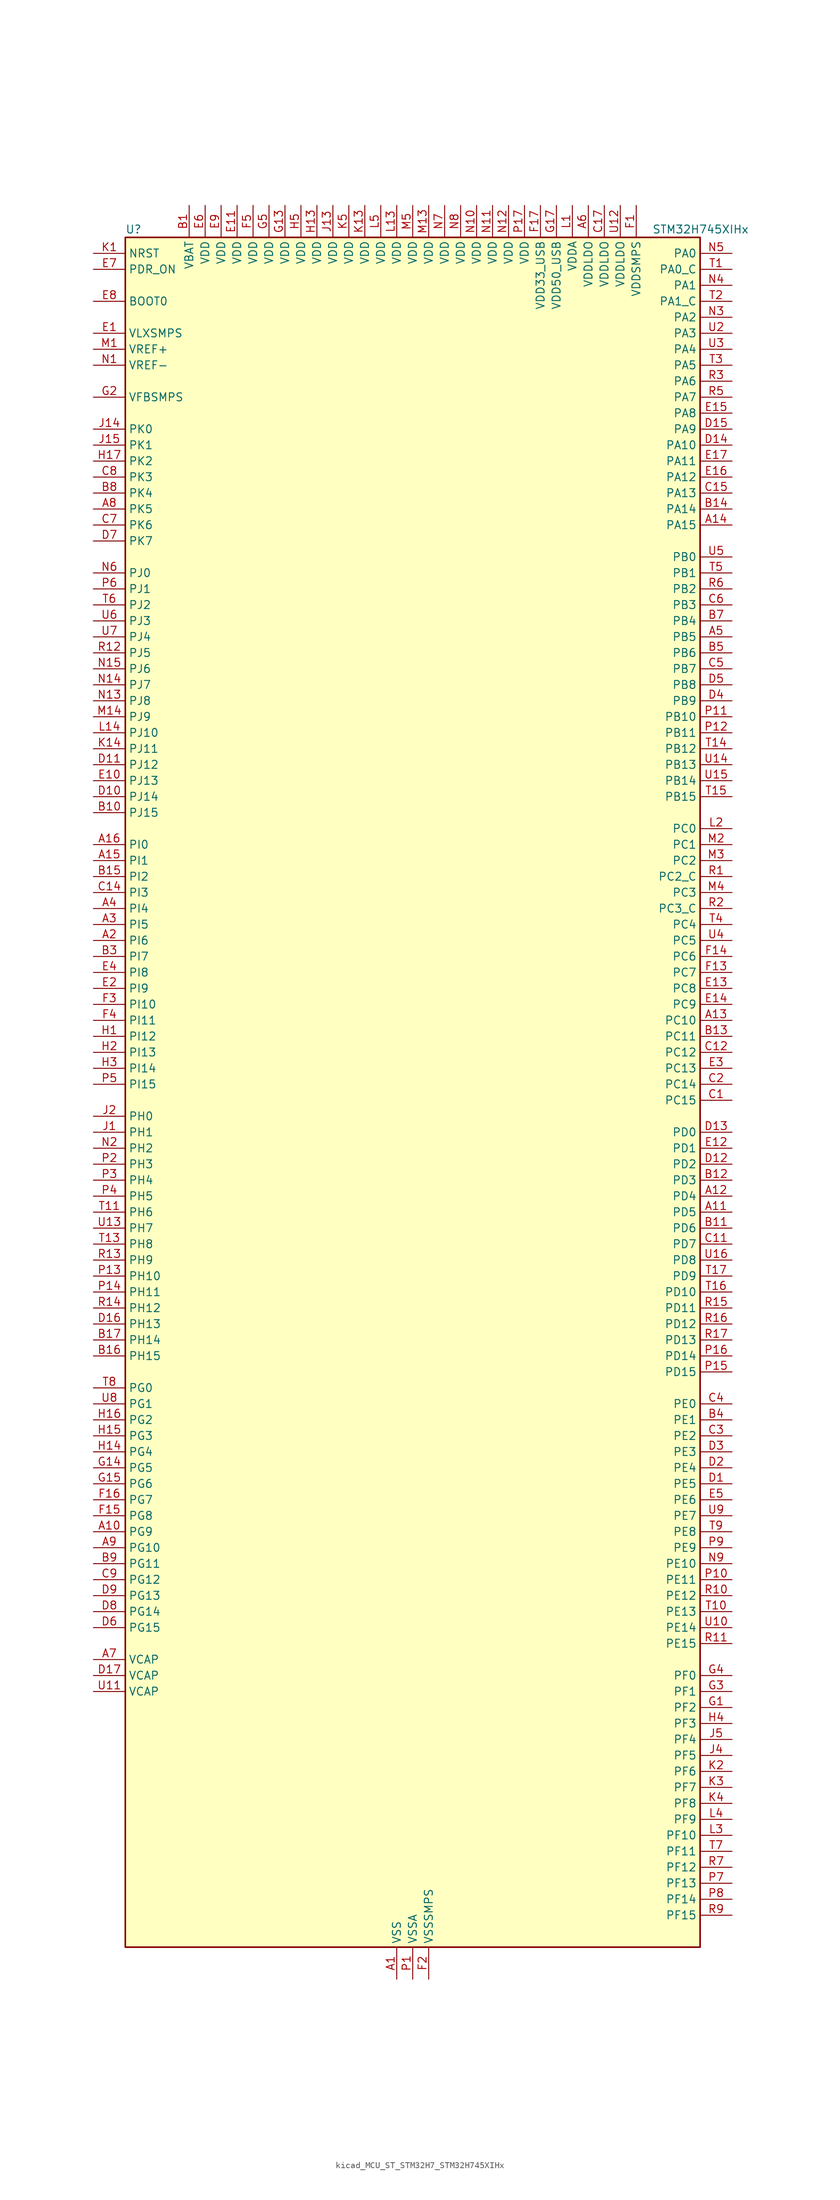
<source format=kicad_sym>
(kicad_symbol_lib
  (version 20220914)
  (generator kicad_symbol_editor)
  (symbol "kicad_MCU_ST_STM32H7_STM32H745XIHx"
    (property "Reference" "U"
      (at -45.72 138.43 0)
      (effects (font (size 1.27 1.27)) (justify left)))
    (property "Value" "STM32H745XIHx"
      (at 38.1 138.43 0)
      (effects (font (size 1.27 1.27)) (justify left)))
    (property "ki_locked" ""
      (at 0 0 0)
      (effects (font (size 1.27 1.27))))
    (symbol "kicad_MCU_ST_STM32H7_STM32H745XIHx_0_1"
      (rectangle (start -45.72 -134.62) (end 45.72 137.16) (stroke (width 0.254) (type default)) (fill (type background))))
    (symbol "kicad_MCU_ST_STM32H7_STM32H745XIHx_1_1"
      (pin power_in line (at -2.54 -139.7 90) (length 5.08) (name "VSS" (effects (font (size 1.27 1.27)))) (number "A1" (effects (font (size 1.27 1.27)))))
      (pin bidirectional line (at -50.8 -68.58 0) (length 5.08) (name "PG9" (effects (font (size 1.27 1.27)))) (number "A10" (effects (font (size 1.27 1.27)))) (alternate "DAC1_EXTI9" bidirectional line) (alternate "DCMI_VSYNC" bidirectional line) (alternate "FMC_NCE" bidirectional line) (alternate "FMC_NE2" bidirectional line) (alternate "I2S1_SDI" bidirectional line) (alternate "QUADSPI_BK2_IO2" bidirectional line) (alternate "SAI2_FS_B" bidirectional line) (alternate "SPDIFRX1_IN3" bidirectional line) (alternate "SPI1_MISO" bidirectional line) (alternate "USART6_RX" bidirectional line))
      (pin bidirectional line (at 50.8 -17.78 180) (length 5.08) (name "PD5" (effects (font (size 1.27 1.27)))) (number "A11" (effects (font (size 1.27 1.27)))) (alternate "FMC_NWE" bidirectional line) (alternate "HRTIM_EEV3" bidirectional line) (alternate "USART2_TX" bidirectional line))
      (pin bidirectional line (at 50.8 -15.24 180) (length 5.08) (name "PD4" (effects (font (size 1.27 1.27)))) (number "A12" (effects (font (size 1.27 1.27)))) (alternate "FMC_NOE" bidirectional line) (alternate "HRTIM_FLT3" bidirectional line) (alternate "SAI3_FS_A" bidirectional line) (alternate "USART2_DE" bidirectional line) (alternate "USART2_RTS" bidirectional line))
      (pin bidirectional line (at 50.8 12.7 180) (length 5.08) (name "PC10" (effects (font (size 1.27 1.27)))) (number "A13" (effects (font (size 1.27 1.27)))) (alternate "DCMI_D8" bidirectional line) (alternate "DFSDM1_CKIN5" bidirectional line) (alternate "HRTIM_EEV1" bidirectional line) (alternate "I2S3_CK" bidirectional line) (alternate "LTDC_R2" bidirectional line) (alternate "QUADSPI_BK1_IO1" bidirectional line) (alternate "SDMMC1_D2" bidirectional line) (alternate "SPI3_SCK" bidirectional line) (alternate "UART4_TX" bidirectional line) (alternate "USART3_TX" bidirectional line))
      (pin bidirectional line (at 50.8 91.44 180) (length 5.08) (name "PA15" (effects (font (size 1.27 1.27)))) (number "A14" (effects (font (size 1.27 1.27)))) (alternate "ADC1_EXTI15" bidirectional line) (alternate "ADC2_EXTI15" bidirectional line) (alternate "ADC3_EXTI15" bidirectional line) (alternate "CEC" bidirectional line) (alternate "DEBUG_JTDI" bidirectional line) (alternate "HRTIM_FLT1" bidirectional line) (alternate "I2S1_WS" bidirectional line) (alternate "I2S3_WS" bidirectional line) (alternate "SPI1_NSS" bidirectional line) (alternate "SPI3_NSS" bidirectional line) (alternate "SPI6_NSS" bidirectional line) (alternate "TIM2_CH1" bidirectional line) (alternate "TIM2_ETR" bidirectional line) (alternate "UART4_DE" bidirectional line) (alternate "UART4_RTS" bidirectional line) (alternate "UART7_TX" bidirectional line))
      (pin bidirectional line (at -50.8 38.1 0) (length 5.08) (name "PI1" (effects (font (size 1.27 1.27)))) (number "A15" (effects (font (size 1.27 1.27)))) (alternate "DCMI_D8" bidirectional line) (alternate "FMC_D25" bidirectional line) (alternate "I2S2_CK" bidirectional line) (alternate "LTDC_G6" bidirectional line) (alternate "SPI2_SCK" bidirectional line) (alternate "TIM8_BKIN2" bidirectional line) (alternate "TIM8_BKIN2_COMP1" bidirectional line) (alternate "TIM8_BKIN2_COMP2" bidirectional line))
      (pin bidirectional line (at -50.8 40.64 0) (length 5.08) (name "PI0" (effects (font (size 1.27 1.27)))) (number "A16" (effects (font (size 1.27 1.27)))) (alternate "DCMI_D13" bidirectional line) (alternate "FMC_D24" bidirectional line) (alternate "I2S2_WS" bidirectional line) (alternate "LTDC_G5" bidirectional line) (alternate "SPI2_NSS" bidirectional line) (alternate "TIM5_CH4" bidirectional line))
      (pin passive line (at -2.54 -139.7 90) (length 5.08) hide (name "VSS" (effects (font (size 1.27 1.27)))) (number "A17" (effects (font (size 1.27 1.27)))))
      (pin bidirectional line (at -50.8 25.4 0) (length 5.08) (name "PI6" (effects (font (size 1.27 1.27)))) (number "A2" (effects (font (size 1.27 1.27)))) (alternate "DCMI_D6" bidirectional line) (alternate "FMC_D28" bidirectional line) (alternate "LTDC_B6" bidirectional line) (alternate "SAI2_SD_A" bidirectional line) (alternate "TIM8_CH2" bidirectional line))
      (pin bidirectional line (at -50.8 27.94 0) (length 5.08) (name "PI5" (effects (font (size 1.27 1.27)))) (number "A3" (effects (font (size 1.27 1.27)))) (alternate "DCMI_VSYNC" bidirectional line) (alternate "FMC_NBL3" bidirectional line) (alternate "LTDC_B5" bidirectional line) (alternate "SAI2_SCK_A" bidirectional line) (alternate "TIM8_CH1" bidirectional line))
      (pin bidirectional line (at -50.8 30.48 0) (length 5.08) (name "PI4" (effects (font (size 1.27 1.27)))) (number "A4" (effects (font (size 1.27 1.27)))) (alternate "DCMI_D5" bidirectional line) (alternate "FMC_NBL2" bidirectional line) (alternate "LTDC_B4" bidirectional line) (alternate "SAI2_MCLK_A" bidirectional line) (alternate "TIM8_BKIN" bidirectional line) (alternate "TIM8_BKIN_COMP1" bidirectional line) (alternate "TIM8_BKIN_COMP2" bidirectional line))
      (pin bidirectional line (at 50.8 73.66 180) (length 5.08) (name "PB5" (effects (font (size 1.27 1.27)))) (number "A5" (effects (font (size 1.27 1.27)))) (alternate "DCMI_D10" bidirectional line) (alternate "ETH_PPS_OUT" bidirectional line) (alternate "FDCAN2_RX" bidirectional line) (alternate "FMC_SDCKE1" bidirectional line) (alternate "HRTIM_EEV7" bidirectional line) (alternate "I2C1_SMBA" bidirectional line) (alternate "I2C4_SMBA" bidirectional line) (alternate "I2S1_SDO" bidirectional line) (alternate "I2S3_SDO" bidirectional line) (alternate "SPI1_MOSI" bidirectional line) (alternate "SPI3_MOSI" bidirectional line) (alternate "SPI6_MOSI" bidirectional line) (alternate "TIM17_BKIN" bidirectional line) (alternate "TIM3_CH2" bidirectional line) (alternate "UART5_RX" bidirectional line) (alternate "USB_OTG_HS_ULPI_D7" bidirectional line))
      (pin power_in line (at 27.94 142.24 270) (length 5.08) (name "VDDLDO" (effects (font (size 1.27 1.27)))) (number "A6" (effects (font (size 1.27 1.27)))))
      (pin power_out line (at -50.8 -88.9 0) (length 5.08) (name "VCAP" (effects (font (size 1.27 1.27)))) (number "A7" (effects (font (size 1.27 1.27)))))
      (pin bidirectional line (at -50.8 93.98 0) (length 5.08) (name "PK5" (effects (font (size 1.27 1.27)))) (number "A8" (effects (font (size 1.27 1.27)))) (alternate "LTDC_B6" bidirectional line))
      (pin bidirectional line (at -50.8 -71.12 0) (length 5.08) (name "PG10" (effects (font (size 1.27 1.27)))) (number "A9" (effects (font (size 1.27 1.27)))) (alternate "DCMI_D2" bidirectional line) (alternate "FMC_NE3" bidirectional line) (alternate "HRTIM_FLT5" bidirectional line) (alternate "I2S1_WS" bidirectional line) (alternate "LTDC_B2" bidirectional line) (alternate "LTDC_G3" bidirectional line) (alternate "SAI2_SD_B" bidirectional line) (alternate "SPI1_NSS" bidirectional line))
      (pin power_in line (at -35.56 142.24 270) (length 5.08) (name "VBAT" (effects (font (size 1.27 1.27)))) (number "B1" (effects (font (size 1.27 1.27)))))
      (pin bidirectional line (at -50.8 45.72 0) (length 5.08) (name "PJ15" (effects (font (size 1.27 1.27)))) (number "B10" (effects (font (size 1.27 1.27)))) (alternate "ADC1_EXTI15" bidirectional line) (alternate "ADC2_EXTI15" bidirectional line) (alternate "ADC3_EXTI15" bidirectional line) (alternate "LTDC_B3" bidirectional line))
      (pin bidirectional line (at 50.8 -20.32 180) (length 5.08) (name "PD6" (effects (font (size 1.27 1.27)))) (number "B11" (effects (font (size 1.27 1.27)))) (alternate "DCMI_D10" bidirectional line) (alternate "DFSDM1_CKIN4" bidirectional line) (alternate "DFSDM1_DATIN1" bidirectional line) (alternate "FMC_NWAIT" bidirectional line) (alternate "I2S3_SDO" bidirectional line) (alternate "LTDC_B2" bidirectional line) (alternate "SAI1_D1" bidirectional line) (alternate "SAI1_SD_A" bidirectional line) (alternate "SAI4_D1" bidirectional line) (alternate "SAI4_SD_A" bidirectional line) (alternate "SDMMC2_CK" bidirectional line) (alternate "SPI3_MOSI" bidirectional line) (alternate "USART2_RX" bidirectional line))
      (pin bidirectional line (at 50.8 -12.7 180) (length 5.08) (name "PD3" (effects (font (size 1.27 1.27)))) (number "B12" (effects (font (size 1.27 1.27)))) (alternate "DCMI_D5" bidirectional line) (alternate "DFSDM1_CKOUT" bidirectional line) (alternate "FMC_CLK" bidirectional line) (alternate "I2S2_CK" bidirectional line) (alternate "LTDC_G7" bidirectional line) (alternate "SPI2_SCK" bidirectional line) (alternate "USART2_CTS" bidirectional line) (alternate "USART2_NSS" bidirectional line))
      (pin bidirectional line (at 50.8 10.16 180) (length 5.08) (name "PC11" (effects (font (size 1.27 1.27)))) (number "B13" (effects (font (size 1.27 1.27)))) (alternate "ADC1_EXTI11" bidirectional line) (alternate "ADC2_EXTI11" bidirectional line) (alternate "ADC3_EXTI11" bidirectional line) (alternate "DCMI_D4" bidirectional line) (alternate "DFSDM1_DATIN5" bidirectional line) (alternate "HRTIM_FLT2" bidirectional line) (alternate "I2S3_SDI" bidirectional line) (alternate "QUADSPI_BK2_NCS" bidirectional line) (alternate "SDMMC1_D3" bidirectional line) (alternate "SPI3_MISO" bidirectional line) (alternate "UART4_RX" bidirectional line) (alternate "USART3_RX" bidirectional line))
      (pin bidirectional line (at 50.8 93.98 180) (length 5.08) (name "PA14" (effects (font (size 1.27 1.27)))) (number "B14" (effects (font (size 1.27 1.27)))) (alternate "DEBUG_JTCK-SWCLK" bidirectional line))
      (pin bidirectional line (at -50.8 35.56 0) (length 5.08) (name "PI2" (effects (font (size 1.27 1.27)))) (number "B15" (effects (font (size 1.27 1.27)))) (alternate "DCMI_D9" bidirectional line) (alternate "FMC_D26" bidirectional line) (alternate "I2S2_SDI" bidirectional line) (alternate "LTDC_G7" bidirectional line) (alternate "SPI2_MISO" bidirectional line) (alternate "TIM8_CH4" bidirectional line))
      (pin bidirectional line (at -50.8 -40.64 0) (length 5.08) (name "PH15" (effects (font (size 1.27 1.27)))) (number "B16" (effects (font (size 1.27 1.27)))) (alternate "ADC1_EXTI15" bidirectional line) (alternate "ADC2_EXTI15" bidirectional line) (alternate "ADC3_EXTI15" bidirectional line) (alternate "DCMI_D11" bidirectional line) (alternate "FMC_D23" bidirectional line) (alternate "LTDC_G4" bidirectional line) (alternate "TIM8_CH3N" bidirectional line))
      (pin bidirectional line (at -50.8 -38.1 0) (length 5.08) (name "PH14" (effects (font (size 1.27 1.27)))) (number "B17" (effects (font (size 1.27 1.27)))) (alternate "DCMI_D4" bidirectional line) (alternate "FDCAN1_RX" bidirectional line) (alternate "FMC_D22" bidirectional line) (alternate "LTDC_G3" bidirectional line) (alternate "TIM8_CH2N" bidirectional line) (alternate "UART4_RX" bidirectional line))
      (pin passive line (at -2.54 -139.7 90) (length 5.08) hide (name "VSS" (effects (font (size 1.27 1.27)))) (number "B2" (effects (font (size 1.27 1.27)))))
      (pin bidirectional line (at -50.8 22.86 0) (length 5.08) (name "PI7" (effects (font (size 1.27 1.27)))) (number "B3" (effects (font (size 1.27 1.27)))) (alternate "DCMI_D7" bidirectional line) (alternate "FMC_D29" bidirectional line) (alternate "LTDC_B7" bidirectional line) (alternate "SAI2_FS_A" bidirectional line) (alternate "TIM8_CH3" bidirectional line))
      (pin bidirectional line (at 50.8 -50.8 180) (length 5.08) (name "PE1" (effects (font (size 1.27 1.27)))) (number "B4" (effects (font (size 1.27 1.27)))) (alternate "DCMI_D3" bidirectional line) (alternate "FMC_NBL1" bidirectional line) (alternate "HRTIM_SCOUT" bidirectional line) (alternate "LPTIM1_IN2" bidirectional line) (alternate "UART8_TX" bidirectional line))
      (pin bidirectional line (at 50.8 71.12 180) (length 5.08) (name "PB6" (effects (font (size 1.27 1.27)))) (number "B5" (effects (font (size 1.27 1.27)))) (alternate "CEC" bidirectional line) (alternate "DCMI_D5" bidirectional line) (alternate "DFSDM1_DATIN5" bidirectional line) (alternate "FDCAN2_TX" bidirectional line) (alternate "FMC_SDNE1" bidirectional line) (alternate "HRTIM_EEV8" bidirectional line) (alternate "I2C1_SCL" bidirectional line) (alternate "I2C4_SCL" bidirectional line) (alternate "LPUART1_TX" bidirectional line) (alternate "QUADSPI_BK1_NCS" bidirectional line) (alternate "TIM16_CH1N" bidirectional line) (alternate "TIM4_CH1" bidirectional line) (alternate "UART5_TX" bidirectional line) (alternate "USART1_TX" bidirectional line))
      (pin passive line (at -2.54 -139.7 90) (length 5.08) hide (name "VSS" (effects (font (size 1.27 1.27)))) (number "B6" (effects (font (size 1.27 1.27)))))
      (pin bidirectional line (at 50.8 76.2 180) (length 5.08) (name "PB4" (effects (font (size 1.27 1.27)))) (number "B7" (effects (font (size 1.27 1.27)))) (alternate "DEBUG_JTRST" bidirectional line) (alternate "HRTIM_EEV6" bidirectional line) (alternate "I2S1_SDI" bidirectional line) (alternate "I2S2_WS" bidirectional line) (alternate "I2S3_SDI" bidirectional line) (alternate "SDMMC2_D3" bidirectional line) (alternate "SPI1_MISO" bidirectional line) (alternate "SPI2_NSS" bidirectional line) (alternate "SPI3_MISO" bidirectional line) (alternate "SPI6_MISO" bidirectional line) (alternate "TIM16_BKIN" bidirectional line) (alternate "TIM3_CH1" bidirectional line) (alternate "UART7_TX" bidirectional line))
      (pin bidirectional line (at -50.8 96.52 0) (length 5.08) (name "PK4" (effects (font (size 1.27 1.27)))) (number "B8" (effects (font (size 1.27 1.27)))) (alternate "LTDC_B5" bidirectional line))
      (pin bidirectional line (at -50.8 -73.66 0) (length 5.08) (name "PG11" (effects (font (size 1.27 1.27)))) (number "B9" (effects (font (size 1.27 1.27)))) (alternate "ADC1_EXTI11" bidirectional line) (alternate "ADC2_EXTI11" bidirectional line) (alternate "ADC3_EXTI11" bidirectional line) (alternate "DCMI_D3" bidirectional line) (alternate "ETH_TX_EN" bidirectional line) (alternate "HRTIM_EEV4" bidirectional line) (alternate "I2S1_CK" bidirectional line) (alternate "LPTIM1_IN2" bidirectional line) (alternate "LTDC_B3" bidirectional line) (alternate "SDMMC2_D2" bidirectional line) (alternate "SPDIFRX1_IN0" bidirectional line) (alternate "SPI1_SCK" bidirectional line))
      (pin bidirectional line (at 50.8 0 180) (length 5.08) (name "PC15" (effects (font (size 1.27 1.27)))) (number "C1" (effects (font (size 1.27 1.27)))) (alternate "ADC1_EXTI15" bidirectional line) (alternate "ADC2_EXTI15" bidirectional line) (alternate "ADC3_EXTI15" bidirectional line) (alternate "RCC_OSC32_OUT" bidirectional line))
      (pin passive line (at -2.54 -139.7 90) (length 5.08) hide (name "VSS" (effects (font (size 1.27 1.27)))) (number "C10" (effects (font (size 1.27 1.27)))))
      (pin bidirectional line (at 50.8 -22.86 180) (length 5.08) (name "PD7" (effects (font (size 1.27 1.27)))) (number "C11" (effects (font (size 1.27 1.27)))) (alternate "DFSDM1_CKIN1" bidirectional line) (alternate "DFSDM1_DATIN4" bidirectional line) (alternate "FMC_NE1" bidirectional line) (alternate "I2S1_SDO" bidirectional line) (alternate "SDMMC2_CMD" bidirectional line) (alternate "SPDIFRX1_IN0" bidirectional line) (alternate "SPI1_MOSI" bidirectional line) (alternate "USART2_CK" bidirectional line))
      (pin bidirectional line (at 50.8 7.62 180) (length 5.08) (name "PC12" (effects (font (size 1.27 1.27)))) (number "C12" (effects (font (size 1.27 1.27)))) (alternate "DCMI_D9" bidirectional line) (alternate "DEBUG_TRACED3" bidirectional line) (alternate "HRTIM_EEV2" bidirectional line) (alternate "I2S3_SDO" bidirectional line) (alternate "SDMMC1_CK" bidirectional line) (alternate "SPI3_MOSI" bidirectional line) (alternate "UART5_TX" bidirectional line) (alternate "USART3_CK" bidirectional line))
      (pin passive line (at -2.54 -139.7 90) (length 5.08) hide (name "VSS" (effects (font (size 1.27 1.27)))) (number "C13" (effects (font (size 1.27 1.27)))))
      (pin bidirectional line (at -50.8 33.02 0) (length 5.08) (name "PI3" (effects (font (size 1.27 1.27)))) (number "C14" (effects (font (size 1.27 1.27)))) (alternate "DCMI_D10" bidirectional line) (alternate "FMC_D27" bidirectional line) (alternate "I2S2_SDO" bidirectional line) (alternate "SPI2_MOSI" bidirectional line) (alternate "TIM8_ETR" bidirectional line))
      (pin bidirectional line (at 50.8 96.52 180) (length 5.08) (name "PA13" (effects (font (size 1.27 1.27)))) (number "C15" (effects (font (size 1.27 1.27)))) (alternate "DEBUG_JTMS-SWDIO" bidirectional line))
      (pin passive line (at -2.54 -139.7 90) (length 5.08) hide (name "VSS" (effects (font (size 1.27 1.27)))) (number "C16" (effects (font (size 1.27 1.27)))))
      (pin power_in line (at 30.48 142.24 270) (length 5.08) (name "VDDLDO" (effects (font (size 1.27 1.27)))) (number "C17" (effects (font (size 1.27 1.27)))))
      (pin bidirectional line (at 50.8 2.54 180) (length 5.08) (name "PC14" (effects (font (size 1.27 1.27)))) (number "C2" (effects (font (size 1.27 1.27)))) (alternate "RCC_OSC32_IN" bidirectional line))
      (pin bidirectional line (at 50.8 -53.34 180) (length 5.08) (name "PE2" (effects (font (size 1.27 1.27)))) (number "C3" (effects (font (size 1.27 1.27)))) (alternate "DEBUG_TRACECLK" bidirectional line) (alternate "ETH_TXD3" bidirectional line) (alternate "FMC_A23" bidirectional line) (alternate "QUADSPI_BK1_IO2" bidirectional line) (alternate "SAI1_CK1" bidirectional line) (alternate "SAI1_MCLK_A" bidirectional line) (alternate "SAI4_CK1" bidirectional line) (alternate "SAI4_MCLK_A" bidirectional line) (alternate "SPI4_SCK" bidirectional line))
      (pin bidirectional line (at 50.8 -48.26 180) (length 5.08) (name "PE0" (effects (font (size 1.27 1.27)))) (number "C4" (effects (font (size 1.27 1.27)))) (alternate "DCMI_D2" bidirectional line) (alternate "FMC_NBL0" bidirectional line) (alternate "HRTIM_SCIN" bidirectional line) (alternate "LPTIM1_ETR" bidirectional line) (alternate "LPTIM2_ETR" bidirectional line) (alternate "SAI2_MCLK_A" bidirectional line) (alternate "TIM4_ETR" bidirectional line) (alternate "UART8_RX" bidirectional line))
      (pin bidirectional line (at 50.8 68.58 180) (length 5.08) (name "PB7" (effects (font (size 1.27 1.27)))) (number "C5" (effects (font (size 1.27 1.27)))) (alternate "DCMI_VSYNC" bidirectional line) (alternate "DFSDM1_CKIN5" bidirectional line) (alternate "FMC_NL" bidirectional line) (alternate "HRTIM_EEV9" bidirectional line) (alternate "I2C1_SDA" bidirectional line) (alternate "I2C4_SDA" bidirectional line) (alternate "LPUART1_RX" bidirectional line) (alternate "PWR_PVD_IN" bidirectional line) (alternate "TIM17_CH1N" bidirectional line) (alternate "TIM4_CH2" bidirectional line) (alternate "USART1_RX" bidirectional line))
      (pin bidirectional line (at 50.8 78.74 180) (length 5.08) (name "PB3" (effects (font (size 1.27 1.27)))) (number "C6" (effects (font (size 1.27 1.27)))) (alternate "CRS_SYNC" bidirectional line) (alternate "DEBUG_JTDO-SWO" bidirectional line) (alternate "HRTIM_FLT4" bidirectional line) (alternate "I2S1_CK" bidirectional line) (alternate "I2S3_CK" bidirectional line) (alternate "SDMMC2_D2" bidirectional line) (alternate "SPI1_SCK" bidirectional line) (alternate "SPI3_SCK" bidirectional line) (alternate "SPI6_SCK" bidirectional line) (alternate "TIM2_CH2" bidirectional line) (alternate "UART7_RX" bidirectional line))
      (pin bidirectional line (at -50.8 91.44 0) (length 5.08) (name "PK6" (effects (font (size 1.27 1.27)))) (number "C7" (effects (font (size 1.27 1.27)))) (alternate "LTDC_B7" bidirectional line))
      (pin bidirectional line (at -50.8 99.06 0) (length 5.08) (name "PK3" (effects (font (size 1.27 1.27)))) (number "C8" (effects (font (size 1.27 1.27)))) (alternate "LTDC_B4" bidirectional line))
      (pin bidirectional line (at -50.8 -76.2 0) (length 5.08) (name "PG12" (effects (font (size 1.27 1.27)))) (number "C9" (effects (font (size 1.27 1.27)))) (alternate "ETH_TXD1" bidirectional line) (alternate "FMC_NE4" bidirectional line) (alternate "HRTIM_EEV5" bidirectional line) (alternate "LPTIM1_IN1" bidirectional line) (alternate "LTDC_B1" bidirectional line) (alternate "LTDC_B4" bidirectional line) (alternate "SPDIFRX1_IN1" bidirectional line) (alternate "SPI6_MISO" bidirectional line) (alternate "USART6_DE" bidirectional line) (alternate "USART6_RTS" bidirectional line))
      (pin bidirectional line (at 50.8 -60.96 180) (length 5.08) (name "PE5" (effects (font (size 1.27 1.27)))) (number "D1" (effects (font (size 1.27 1.27)))) (alternate "DCMI_D6" bidirectional line) (alternate "DEBUG_TRACED2" bidirectional line) (alternate "DFSDM1_CKIN3" bidirectional line) (alternate "FMC_A21" bidirectional line) (alternate "LTDC_G0" bidirectional line) (alternate "SAI1_CK2" bidirectional line) (alternate "SAI1_SCK_A" bidirectional line) (alternate "SAI4_CK2" bidirectional line) (alternate "SAI4_SCK_A" bidirectional line) (alternate "SPI4_MISO" bidirectional line) (alternate "TIM15_CH1" bidirectional line))
      (pin bidirectional line (at -50.8 48.26 0) (length 5.08) (name "PJ14" (effects (font (size 1.27 1.27)))) (number "D10" (effects (font (size 1.27 1.27)))) (alternate "LTDC_B2" bidirectional line))
      (pin bidirectional line (at -50.8 53.34 0) (length 5.08) (name "PJ12" (effects (font (size 1.27 1.27)))) (number "D11" (effects (font (size 1.27 1.27)))) (alternate "DEBUG_TRGOUT" bidirectional line) (alternate "LTDC_B0" bidirectional line) (alternate "LTDC_G3" bidirectional line))
      (pin bidirectional line (at 50.8 -10.16 180) (length 5.08) (name "PD2" (effects (font (size 1.27 1.27)))) (number "D12" (effects (font (size 1.27 1.27)))) (alternate "DCMI_D11" bidirectional line) (alternate "DEBUG_TRACED2" bidirectional line) (alternate "SDMMC1_CMD" bidirectional line) (alternate "TIM3_ETR" bidirectional line) (alternate "UART5_RX" bidirectional line))
      (pin bidirectional line (at 50.8 -5.08 180) (length 5.08) (name "PD0" (effects (font (size 1.27 1.27)))) (number "D13" (effects (font (size 1.27 1.27)))) (alternate "DFSDM1_CKIN6" bidirectional line) (alternate "FDCAN1_RX" bidirectional line) (alternate "FMC_D2" bidirectional line) (alternate "FMC_DA2" bidirectional line) (alternate "SAI3_SCK_A" bidirectional line) (alternate "UART4_RX" bidirectional line))
      (pin bidirectional line (at 50.8 104.14 180) (length 5.08) (name "PA10" (effects (font (size 1.27 1.27)))) (number "D14" (effects (font (size 1.27 1.27)))) (alternate "DCMI_D1" bidirectional line) (alternate "HRTIM_CHC2" bidirectional line) (alternate "LPUART1_RX" bidirectional line) (alternate "LTDC_B1" bidirectional line) (alternate "LTDC_B4" bidirectional line) (alternate "MDIOS_MDIO" bidirectional line) (alternate "TIM1_CH3" bidirectional line) (alternate "USART1_RX" bidirectional line) (alternate "USB_OTG_FS_ID" bidirectional line))
      (pin bidirectional line (at 50.8 106.68 180) (length 5.08) (name "PA9" (effects (font (size 1.27 1.27)))) (number "D15" (effects (font (size 1.27 1.27)))) (alternate "DAC1_EXTI9" bidirectional line) (alternate "DCMI_D0" bidirectional line) (alternate "HRTIM_CHC1" bidirectional line) (alternate "I2C3_SMBA" bidirectional line) (alternate "I2S2_CK" bidirectional line) (alternate "LPUART1_TX" bidirectional line) (alternate "LTDC_R5" bidirectional line) (alternate "SPI2_SCK" bidirectional line) (alternate "TIM1_CH2" bidirectional line) (alternate "USART1_TX" bidirectional line) (alternate "USB_OTG_FS_VBUS" bidirectional line))
      (pin bidirectional line (at -50.8 -35.56 0) (length 5.08) (name "PH13" (effects (font (size 1.27 1.27)))) (number "D16" (effects (font (size 1.27 1.27)))) (alternate "FDCAN1_TX" bidirectional line) (alternate "FMC_D21" bidirectional line) (alternate "LTDC_G2" bidirectional line) (alternate "TIM8_CH1N" bidirectional line) (alternate "UART4_TX" bidirectional line))
      (pin power_out line (at -50.8 -91.44 0) (length 5.08) (name "VCAP" (effects (font (size 1.27 1.27)))) (number "D17" (effects (font (size 1.27 1.27)))))
      (pin bidirectional line (at 50.8 -58.42 180) (length 5.08) (name "PE4" (effects (font (size 1.27 1.27)))) (number "D2" (effects (font (size 1.27 1.27)))) (alternate "DCMI_D4" bidirectional line) (alternate "DEBUG_TRACED1" bidirectional line) (alternate "DFSDM1_DATIN3" bidirectional line) (alternate "FMC_A20" bidirectional line) (alternate "LTDC_B0" bidirectional line) (alternate "SAI1_D2" bidirectional line) (alternate "SAI1_FS_A" bidirectional line) (alternate "SAI4_D2" bidirectional line) (alternate "SAI4_FS_A" bidirectional line) (alternate "SPI4_NSS" bidirectional line) (alternate "TIM15_CH1N" bidirectional line))
      (pin bidirectional line (at 50.8 -55.88 180) (length 5.08) (name "PE3" (effects (font (size 1.27 1.27)))) (number "D3" (effects (font (size 1.27 1.27)))) (alternate "DEBUG_TRACED0" bidirectional line) (alternate "FMC_A19" bidirectional line) (alternate "SAI1_SD_B" bidirectional line) (alternate "SAI4_SD_B" bidirectional line) (alternate "TIM15_BKIN" bidirectional line))
      (pin bidirectional line (at 50.8 63.5 180) (length 5.08) (name "PB9" (effects (font (size 1.27 1.27)))) (number "D4" (effects (font (size 1.27 1.27)))) (alternate "DAC1_EXTI9" bidirectional line) (alternate "DCMI_D7" bidirectional line) (alternate "DFSDM1_DATIN7" bidirectional line) (alternate "FDCAN1_TX" bidirectional line) (alternate "I2C1_SDA" bidirectional line) (alternate "I2C4_SDA" bidirectional line) (alternate "I2C4_SMBA" bidirectional line) (alternate "I2S2_WS" bidirectional line) (alternate "LTDC_B7" bidirectional line) (alternate "SDMMC1_CDIR" bidirectional line) (alternate "SDMMC1_D5" bidirectional line) (alternate "SDMMC2_D5" bidirectional line) (alternate "SPI2_NSS" bidirectional line) (alternate "TIM17_CH1" bidirectional line) (alternate "TIM4_CH4" bidirectional line) (alternate "UART4_TX" bidirectional line))
      (pin bidirectional line (at 50.8 66.04 180) (length 5.08) (name "PB8" (effects (font (size 1.27 1.27)))) (number "D5" (effects (font (size 1.27 1.27)))) (alternate "DCMI_D6" bidirectional line) (alternate "DFSDM1_CKIN7" bidirectional line) (alternate "ETH_TXD3" bidirectional line) (alternate "FDCAN1_RX" bidirectional line) (alternate "I2C1_SCL" bidirectional line) (alternate "I2C4_SCL" bidirectional line) (alternate "LTDC_B6" bidirectional line) (alternate "SDMMC1_CKIN" bidirectional line) (alternate "SDMMC1_D4" bidirectional line) (alternate "SDMMC2_D4" bidirectional line) (alternate "TIM16_CH1" bidirectional line) (alternate "TIM4_CH3" bidirectional line) (alternate "UART4_RX" bidirectional line))
      (pin bidirectional line (at -50.8 -83.82 0) (length 5.08) (name "PG15" (effects (font (size 1.27 1.27)))) (number "D6" (effects (font (size 1.27 1.27)))) (alternate "ADC1_EXTI15" bidirectional line) (alternate "ADC2_EXTI15" bidirectional line) (alternate "ADC3_EXTI15" bidirectional line) (alternate "DCMI_D13" bidirectional line) (alternate "FMC_SDNCAS" bidirectional line) (alternate "USART6_CTS" bidirectional line) (alternate "USART6_NSS" bidirectional line))
      (pin bidirectional line (at -50.8 88.9 0) (length 5.08) (name "PK7" (effects (font (size 1.27 1.27)))) (number "D7" (effects (font (size 1.27 1.27)))) (alternate "LTDC_DE" bidirectional line))
      (pin bidirectional line (at -50.8 -81.28 0) (length 5.08) (name "PG14" (effects (font (size 1.27 1.27)))) (number "D8" (effects (font (size 1.27 1.27)))) (alternate "DEBUG_TRACED1" bidirectional line) (alternate "ETH_TXD1" bidirectional line) (alternate "FMC_A25" bidirectional line) (alternate "LPTIM1_ETR" bidirectional line) (alternate "LTDC_B0" bidirectional line) (alternate "QUADSPI_BK2_IO3" bidirectional line) (alternate "SPI6_MOSI" bidirectional line) (alternate "USART6_TX" bidirectional line))
      (pin bidirectional line (at -50.8 -78.74 0) (length 5.08) (name "PG13" (effects (font (size 1.27 1.27)))) (number "D9" (effects (font (size 1.27 1.27)))) (alternate "DEBUG_TRACED0" bidirectional line) (alternate "ETH_TXD0" bidirectional line) (alternate "FMC_A24" bidirectional line) (alternate "HRTIM_EEV10" bidirectional line) (alternate "LPTIM1_OUT" bidirectional line) (alternate "LTDC_R0" bidirectional line) (alternate "SPI6_SCK" bidirectional line) (alternate "USART6_CTS" bidirectional line) (alternate "USART6_NSS" bidirectional line))
      (pin power_in line (at -50.8 121.92 0) (length 5.08) (name "VLXSMPS" (effects (font (size 1.27 1.27)))) (number "E1" (effects (font (size 1.27 1.27)))))
      (pin bidirectional line (at -50.8 50.8 0) (length 5.08) (name "PJ13" (effects (font (size 1.27 1.27)))) (number "E10" (effects (font (size 1.27 1.27)))) (alternate "LTDC_B1" bidirectional line) (alternate "LTDC_B4" bidirectional line))
      (pin power_in line (at -27.94 142.24 270) (length 5.08) (name "VDD" (effects (font (size 1.27 1.27)))) (number "E11" (effects (font (size 1.27 1.27)))))
      (pin bidirectional line (at 50.8 -7.62 180) (length 5.08) (name "PD1" (effects (font (size 1.27 1.27)))) (number "E12" (effects (font (size 1.27 1.27)))) (alternate "DFSDM1_DATIN6" bidirectional line) (alternate "FDCAN1_TX" bidirectional line) (alternate "FMC_D3" bidirectional line) (alternate "FMC_DA3" bidirectional line) (alternate "SAI3_SD_A" bidirectional line) (alternate "UART4_TX" bidirectional line))
      (pin bidirectional line (at 50.8 17.78 180) (length 5.08) (name "PC8" (effects (font (size 1.27 1.27)))) (number "E13" (effects (font (size 1.27 1.27)))) (alternate "DCMI_D2" bidirectional line) (alternate "DEBUG_TRACED1" bidirectional line) (alternate "FMC_NCE" bidirectional line) (alternate "FMC_NE2" bidirectional line) (alternate "HRTIM_CHB1" bidirectional line) (alternate "SDMMC1_D0" bidirectional line) (alternate "SWPMI1_RX" bidirectional line) (alternate "TIM3_CH3" bidirectional line) (alternate "TIM8_CH3" bidirectional line) (alternate "UART5_DE" bidirectional line) (alternate "UART5_RTS" bidirectional line) (alternate "USART6_CK" bidirectional line))
      (pin bidirectional line (at 50.8 15.24 180) (length 5.08) (name "PC9" (effects (font (size 1.27 1.27)))) (number "E14" (effects (font (size 1.27 1.27)))) (alternate "DAC1_EXTI9" bidirectional line) (alternate "DCMI_D3" bidirectional line) (alternate "I2C3_SDA" bidirectional line) (alternate "I2S_CKIN" bidirectional line) (alternate "LTDC_B2" bidirectional line) (alternate "LTDC_G3" bidirectional line) (alternate "QUADSPI_BK1_IO0" bidirectional line) (alternate "RCC_MCO_2" bidirectional line) (alternate "SDMMC1_D1" bidirectional line) (alternate "SWPMI1_SUSPEND" bidirectional line) (alternate "TIM3_CH4" bidirectional line) (alternate "TIM8_CH4" bidirectional line) (alternate "UART5_CTS" bidirectional line))
      (pin bidirectional line (at 50.8 109.22 180) (length 5.08) (name "PA8" (effects (font (size 1.27 1.27)))) (number "E15" (effects (font (size 1.27 1.27)))) (alternate "HRTIM_CHB2" bidirectional line) (alternate "I2C3_SCL" bidirectional line) (alternate "LTDC_B3" bidirectional line) (alternate "LTDC_R6" bidirectional line) (alternate "RCC_MCO_1" bidirectional line) (alternate "TIM1_CH1" bidirectional line) (alternate "TIM8_BKIN2" bidirectional line) (alternate "TIM8_BKIN2_COMP1" bidirectional line) (alternate "TIM8_BKIN2_COMP2" bidirectional line) (alternate "UART7_RX" bidirectional line) (alternate "USART1_CK" bidirectional line) (alternate "USB_OTG_FS_SOF" bidirectional line))
      (pin bidirectional line (at 50.8 99.06 180) (length 5.08) (name "PA12" (effects (font (size 1.27 1.27)))) (number "E16" (effects (font (size 1.27 1.27)))) (alternate "FDCAN1_TX" bidirectional line) (alternate "HRTIM_CHD2" bidirectional line) (alternate "I2S2_CK" bidirectional line) (alternate "LPUART1_DE" bidirectional line) (alternate "LPUART1_RTS" bidirectional line) (alternate "LTDC_R5" bidirectional line) (alternate "SAI2_FS_B" bidirectional line) (alternate "SPI2_SCK" bidirectional line) (alternate "TIM1_ETR" bidirectional line) (alternate "UART4_TX" bidirectional line) (alternate "USART1_DE" bidirectional line) (alternate "USART1_RTS" bidirectional line) (alternate "USB_OTG_FS_DP" bidirectional line))
      (pin bidirectional line (at 50.8 101.6 180) (length 5.08) (name "PA11" (effects (font (size 1.27 1.27)))) (number "E17" (effects (font (size 1.27 1.27)))) (alternate "ADC1_EXTI11" bidirectional line) (alternate "ADC2_EXTI11" bidirectional line) (alternate "ADC3_EXTI11" bidirectional line) (alternate "FDCAN1_RX" bidirectional line) (alternate "HRTIM_CHD1" bidirectional line) (alternate "I2S2_WS" bidirectional line) (alternate "LPUART1_CTS" bidirectional line) (alternate "LTDC_R4" bidirectional line) (alternate "SPI2_NSS" bidirectional line) (alternate "TIM1_CH4" bidirectional line) (alternate "UART4_RX" bidirectional line) (alternate "USART1_CTS" bidirectional line) (alternate "USART1_NSS" bidirectional line) (alternate "USB_OTG_FS_DM" bidirectional line))
      (pin bidirectional line (at -50.8 17.78 0) (length 5.08) (name "PI9" (effects (font (size 1.27 1.27)))) (number "E2" (effects (font (size 1.27 1.27)))) (alternate "DAC1_EXTI9" bidirectional line) (alternate "FDCAN1_RX" bidirectional line) (alternate "FMC_D30" bidirectional line) (alternate "LTDC_VSYNC" bidirectional line) (alternate "UART4_RX" bidirectional line))
      (pin bidirectional line (at 50.8 5.08 180) (length 5.08) (name "PC13" (effects (font (size 1.27 1.27)))) (number "E3" (effects (font (size 1.27 1.27)))) (alternate "PWR_WKUP2" bidirectional line) (alternate "RTC_OUT_ALARM" bidirectional line) (alternate "RTC_OUT_CALIB" bidirectional line) (alternate "RTC_TAMP1" bidirectional line) (alternate "RTC_TS" bidirectional line))
      (pin bidirectional line (at -50.8 20.32 0) (length 5.08) (name "PI8" (effects (font (size 1.27 1.27)))) (number "E4" (effects (font (size 1.27 1.27)))) (alternate "PWR_WKUP3" bidirectional line) (alternate "RTC_TAMP2" bidirectional line))
      (pin bidirectional line (at 50.8 -63.5 180) (length 5.08) (name "PE6" (effects (font (size 1.27 1.27)))) (number "E5" (effects (font (size 1.27 1.27)))) (alternate "DCMI_D7" bidirectional line) (alternate "DEBUG_TRACED3" bidirectional line) (alternate "FMC_A22" bidirectional line) (alternate "LTDC_G1" bidirectional line) (alternate "SAI1_D1" bidirectional line) (alternate "SAI1_SD_A" bidirectional line) (alternate "SAI2_MCLK_B" bidirectional line) (alternate "SAI4_D1" bidirectional line) (alternate "SAI4_SD_A" bidirectional line) (alternate "SPI4_MOSI" bidirectional line) (alternate "TIM15_CH2" bidirectional line) (alternate "TIM1_BKIN2" bidirectional line) (alternate "TIM1_BKIN2_COMP1" bidirectional line) (alternate "TIM1_BKIN2_COMP2" bidirectional line))
      (pin power_in line (at -33.02 142.24 270) (length 5.08) (name "VDD" (effects (font (size 1.27 1.27)))) (number "E6" (effects (font (size 1.27 1.27)))))
      (pin input line (at -50.8 132.08 0) (length 5.08) (name "PDR_ON" (effects (font (size 1.27 1.27)))) (number "E7" (effects (font (size 1.27 1.27)))))
      (pin input line (at -50.8 127 0) (length 5.08) (name "BOOT0" (effects (font (size 1.27 1.27)))) (number "E8" (effects (font (size 1.27 1.27)))))
      (pin power_in line (at -30.48 142.24 270) (length 5.08) (name "VDD" (effects (font (size 1.27 1.27)))) (number "E9" (effects (font (size 1.27 1.27)))))
      (pin power_in line (at 35.56 142.24 270) (length 5.08) (name "VDDSMPS" (effects (font (size 1.27 1.27)))) (number "F1" (effects (font (size 1.27 1.27)))))
      (pin bidirectional line (at 50.8 20.32 180) (length 5.08) (name "PC7" (effects (font (size 1.27 1.27)))) (number "F13" (effects (font (size 1.27 1.27)))) (alternate "DCMI_D1" bidirectional line) (alternate "DEBUG_TRGIO" bidirectional line) (alternate "DFSDM1_DATIN3" bidirectional line) (alternate "FMC_NE1" bidirectional line) (alternate "HRTIM_CHA2" bidirectional line) (alternate "I2S3_MCK" bidirectional line) (alternate "LTDC_G6" bidirectional line) (alternate "SDMMC1_D123DIR" bidirectional line) (alternate "SDMMC1_D7" bidirectional line) (alternate "SDMMC2_D7" bidirectional line) (alternate "SWPMI1_TX" bidirectional line) (alternate "TIM3_CH2" bidirectional line) (alternate "TIM8_CH2" bidirectional line) (alternate "USART6_RX" bidirectional line))
      (pin bidirectional line (at 50.8 22.86 180) (length 5.08) (name "PC6" (effects (font (size 1.27 1.27)))) (number "F14" (effects (font (size 1.27 1.27)))) (alternate "DCMI_D0" bidirectional line) (alternate "DFSDM1_CKIN3" bidirectional line) (alternate "FMC_NWAIT" bidirectional line) (alternate "HRTIM_CHA1" bidirectional line) (alternate "I2S2_MCK" bidirectional line) (alternate "LTDC_HSYNC" bidirectional line) (alternate "SDMMC1_D0DIR" bidirectional line) (alternate "SDMMC1_D6" bidirectional line) (alternate "SDMMC2_D6" bidirectional line) (alternate "SWPMI1_IO" bidirectional line) (alternate "TIM3_CH1" bidirectional line) (alternate "TIM8_CH1" bidirectional line) (alternate "USART6_TX" bidirectional line))
      (pin bidirectional line (at -50.8 -66.04 0) (length 5.08) (name "PG8" (effects (font (size 1.27 1.27)))) (number "F15" (effects (font (size 1.27 1.27)))) (alternate "ETH_PPS_OUT" bidirectional line) (alternate "FMC_SDCLK" bidirectional line) (alternate "LTDC_G7" bidirectional line) (alternate "SPDIFRX1_IN2" bidirectional line) (alternate "SPI6_NSS" bidirectional line) (alternate "TIM8_ETR" bidirectional line) (alternate "USART6_DE" bidirectional line) (alternate "USART6_RTS" bidirectional line))
      (pin bidirectional line (at -50.8 -63.5 0) (length 5.08) (name "PG7" (effects (font (size 1.27 1.27)))) (number "F16" (effects (font (size 1.27 1.27)))) (alternate "DCMI_D13" bidirectional line) (alternate "FMC_INT" bidirectional line) (alternate "HRTIM_CHE2" bidirectional line) (alternate "LTDC_CLK" bidirectional line) (alternate "SAI1_MCLK_A" bidirectional line) (alternate "USART6_CK" bidirectional line))
      (pin power_in line (at 20.32 142.24 270) (length 5.08) (name "VDD33_USB" (effects (font (size 1.27 1.27)))) (number "F17" (effects (font (size 1.27 1.27)))))
      (pin power_in line (at 2.54 -139.7 90) (length 5.08) (name "VSSSMPS" (effects (font (size 1.27 1.27)))) (number "F2" (effects (font (size 1.27 1.27)))))
      (pin bidirectional line (at -50.8 15.24 0) (length 5.08) (name "PI10" (effects (font (size 1.27 1.27)))) (number "F3" (effects (font (size 1.27 1.27)))) (alternate "ETH_RX_ER" bidirectional line) (alternate "FMC_D31" bidirectional line) (alternate "LTDC_HSYNC" bidirectional line))
      (pin bidirectional line (at -50.8 12.7 0) (length 5.08) (name "PI11" (effects (font (size 1.27 1.27)))) (number "F4" (effects (font (size 1.27 1.27)))) (alternate "ADC1_EXTI11" bidirectional line) (alternate "ADC2_EXTI11" bidirectional line) (alternate "ADC3_EXTI11" bidirectional line) (alternate "LTDC_G6" bidirectional line) (alternate "PWR_WKUP4" bidirectional line) (alternate "USB_OTG_HS_ULPI_DIR" bidirectional line))
      (pin power_in line (at -25.4 142.24 270) (length 5.08) (name "VDD" (effects (font (size 1.27 1.27)))) (number "F5" (effects (font (size 1.27 1.27)))))
      (pin bidirectional line (at 50.8 -96.52 180) (length 5.08) (name "PF2" (effects (font (size 1.27 1.27)))) (number "G1" (effects (font (size 1.27 1.27)))) (alternate "FMC_A2" bidirectional line) (alternate "I2C2_SMBA" bidirectional line))
      (pin passive line (at -2.54 -139.7 90) (length 5.08) hide (name "VSS" (effects (font (size 1.27 1.27)))) (number "G10" (effects (font (size 1.27 1.27)))))
      (pin passive line (at -2.54 -139.7 90) (length 5.08) hide (name "VSS" (effects (font (size 1.27 1.27)))) (number "G11" (effects (font (size 1.27 1.27)))))
      (pin power_in line (at -20.32 142.24 270) (length 5.08) (name "VDD" (effects (font (size 1.27 1.27)))) (number "G13" (effects (font (size 1.27 1.27)))))
      (pin bidirectional line (at -50.8 -58.42 0) (length 5.08) (name "PG5" (effects (font (size 1.27 1.27)))) (number "G14" (effects (font (size 1.27 1.27)))) (alternate "FMC_A15" bidirectional line) (alternate "FMC_BA1" bidirectional line) (alternate "TIM1_ETR" bidirectional line))
      (pin bidirectional line (at -50.8 -60.96 0) (length 5.08) (name "PG6" (effects (font (size 1.27 1.27)))) (number "G15" (effects (font (size 1.27 1.27)))) (alternate "DCMI_D12" bidirectional line) (alternate "FMC_NE3" bidirectional line) (alternate "HRTIM_CHE1" bidirectional line) (alternate "LTDC_R7" bidirectional line) (alternate "QUADSPI_BK1_NCS" bidirectional line) (alternate "TIM17_BKIN" bidirectional line))
      (pin passive line (at -2.54 -139.7 90) (length 5.08) hide (name "VSS" (effects (font (size 1.27 1.27)))) (number "G16" (effects (font (size 1.27 1.27)))))
      (pin power_in line (at 22.86 142.24 270) (length 5.08) (name "VDD50_USB" (effects (font (size 1.27 1.27)))) (number "G17" (effects (font (size 1.27 1.27)))))
      (pin input line (at -50.8 111.76 0) (length 5.08) (name "VFBSMPS" (effects (font (size 1.27 1.27)))) (number "G2" (effects (font (size 1.27 1.27)))))
      (pin bidirectional line (at 50.8 -93.98 180) (length 5.08) (name "PF1" (effects (font (size 1.27 1.27)))) (number "G3" (effects (font (size 1.27 1.27)))) (alternate "FMC_A1" bidirectional line) (alternate "I2C2_SCL" bidirectional line))
      (pin bidirectional line (at 50.8 -91.44 180) (length 5.08) (name "PF0" (effects (font (size 1.27 1.27)))) (number "G4" (effects (font (size 1.27 1.27)))) (alternate "FMC_A0" bidirectional line) (alternate "I2C2_SDA" bidirectional line))
      (pin power_in line (at -22.86 142.24 270) (length 5.08) (name "VDD" (effects (font (size 1.27 1.27)))) (number "G5" (effects (font (size 1.27 1.27)))))
      (pin passive line (at -2.54 -139.7 90) (length 5.08) hide (name "VSS" (effects (font (size 1.27 1.27)))) (number "G7" (effects (font (size 1.27 1.27)))))
      (pin passive line (at -2.54 -139.7 90) (length 5.08) hide (name "VSS" (effects (font (size 1.27 1.27)))) (number "G8" (effects (font (size 1.27 1.27)))))
      (pin passive line (at -2.54 -139.7 90) (length 5.08) hide (name "VSS" (effects (font (size 1.27 1.27)))) (number "G9" (effects (font (size 1.27 1.27)))))
      (pin bidirectional line (at -50.8 10.16 0) (length 5.08) (name "PI12" (effects (font (size 1.27 1.27)))) (number "H1" (effects (font (size 1.27 1.27)))) (alternate "LTDC_HSYNC" bidirectional line))
      (pin passive line (at -2.54 -139.7 90) (length 5.08) hide (name "VSS" (effects (font (size 1.27 1.27)))) (number "H10" (effects (font (size 1.27 1.27)))))
      (pin passive line (at -2.54 -139.7 90) (length 5.08) hide (name "VSS" (effects (font (size 1.27 1.27)))) (number "H11" (effects (font (size 1.27 1.27)))))
      (pin power_in line (at -15.24 142.24 270) (length 5.08) (name "VDD" (effects (font (size 1.27 1.27)))) (number "H13" (effects (font (size 1.27 1.27)))))
      (pin bidirectional line (at -50.8 -55.88 0) (length 5.08) (name "PG4" (effects (font (size 1.27 1.27)))) (number "H14" (effects (font (size 1.27 1.27)))) (alternate "FMC_A14" bidirectional line) (alternate "FMC_BA0" bidirectional line) (alternate "TIM1_BKIN2" bidirectional line) (alternate "TIM1_BKIN2_COMP1" bidirectional line) (alternate "TIM1_BKIN2_COMP2" bidirectional line))
      (pin bidirectional line (at -50.8 -53.34 0) (length 5.08) (name "PG3" (effects (font (size 1.27 1.27)))) (number "H15" (effects (font (size 1.27 1.27)))) (alternate "FMC_A13" bidirectional line) (alternate "TIM8_BKIN2" bidirectional line) (alternate "TIM8_BKIN2_COMP1" bidirectional line) (alternate "TIM8_BKIN2_COMP2" bidirectional line))
      (pin bidirectional line (at -50.8 -50.8 0) (length 5.08) (name "PG2" (effects (font (size 1.27 1.27)))) (number "H16" (effects (font (size 1.27 1.27)))) (alternate "FMC_A12" bidirectional line) (alternate "TIM8_BKIN" bidirectional line) (alternate "TIM8_BKIN_COMP1" bidirectional line) (alternate "TIM8_BKIN_COMP2" bidirectional line))
      (pin bidirectional line (at -50.8 101.6 0) (length 5.08) (name "PK2" (effects (font (size 1.27 1.27)))) (number "H17" (effects (font (size 1.27 1.27)))) (alternate "LTDC_G7" bidirectional line) (alternate "TIM1_BKIN" bidirectional line) (alternate "TIM1_BKIN_COMP1" bidirectional line) (alternate "TIM1_BKIN_COMP2" bidirectional line) (alternate "TIM8_BKIN" bidirectional line) (alternate "TIM8_BKIN_COMP1" bidirectional line) (alternate "TIM8_BKIN_COMP2" bidirectional line))
      (pin bidirectional line (at -50.8 7.62 0) (length 5.08) (name "PI13" (effects (font (size 1.27 1.27)))) (number "H2" (effects (font (size 1.27 1.27)))) (alternate "LTDC_VSYNC" bidirectional line))
      (pin bidirectional line (at -50.8 5.08 0) (length 5.08) (name "PI14" (effects (font (size 1.27 1.27)))) (number "H3" (effects (font (size 1.27 1.27)))) (alternate "LTDC_CLK" bidirectional line))
      (pin bidirectional line (at 50.8 -99.06 180) (length 5.08) (name "PF3" (effects (font (size 1.27 1.27)))) (number "H4" (effects (font (size 1.27 1.27)))) (alternate "ADC3_INP5" bidirectional line) (alternate "FMC_A3" bidirectional line))
      (pin power_in line (at -17.78 142.24 270) (length 5.08) (name "VDD" (effects (font (size 1.27 1.27)))) (number "H5" (effects (font (size 1.27 1.27)))))
      (pin passive line (at -2.54 -139.7 90) (length 5.08) hide (name "VSS" (effects (font (size 1.27 1.27)))) (number "H7" (effects (font (size 1.27 1.27)))))
      (pin passive line (at -2.54 -139.7 90) (length 5.08) hide (name "VSS" (effects (font (size 1.27 1.27)))) (number "H8" (effects (font (size 1.27 1.27)))))
      (pin passive line (at -2.54 -139.7 90) (length 5.08) hide (name "VSS" (effects (font (size 1.27 1.27)))) (number "H9" (effects (font (size 1.27 1.27)))))
      (pin bidirectional line (at -50.8 -5.08 0) (length 5.08) (name "PH1" (effects (font (size 1.27 1.27)))) (number "J1" (effects (font (size 1.27 1.27)))) (alternate "RCC_OSC_OUT" bidirectional line))
      (pin passive line (at -2.54 -139.7 90) (length 5.08) hide (name "VSS" (effects (font (size 1.27 1.27)))) (number "J10" (effects (font (size 1.27 1.27)))))
      (pin passive line (at -2.54 -139.7 90) (length 5.08) hide (name "VSS" (effects (font (size 1.27 1.27)))) (number "J11" (effects (font (size 1.27 1.27)))))
      (pin power_in line (at -12.7 142.24 270) (length 5.08) (name "VDD" (effects (font (size 1.27 1.27)))) (number "J13" (effects (font (size 1.27 1.27)))))
      (pin bidirectional line (at -50.8 106.68 0) (length 5.08) (name "PK0" (effects (font (size 1.27 1.27)))) (number "J14" (effects (font (size 1.27 1.27)))) (alternate "LTDC_G5" bidirectional line) (alternate "SPI5_SCK" bidirectional line) (alternate "TIM1_CH1N" bidirectional line) (alternate "TIM8_CH3" bidirectional line))
      (pin bidirectional line (at -50.8 104.14 0) (length 5.08) (name "PK1" (effects (font (size 1.27 1.27)))) (number "J15" (effects (font (size 1.27 1.27)))) (alternate "LTDC_G6" bidirectional line) (alternate "SPI5_NSS" bidirectional line) (alternate "TIM1_CH1" bidirectional line) (alternate "TIM8_CH3N" bidirectional line))
      (pin passive line (at -2.54 -139.7 90) (length 5.08) hide (name "VSS" (effects (font (size 1.27 1.27)))) (number "J16" (effects (font (size 1.27 1.27)))))
      (pin passive line (at -2.54 -139.7 90) (length 5.08) hide (name "VSS" (effects (font (size 1.27 1.27)))) (number "J17" (effects (font (size 1.27 1.27)))))
      (pin bidirectional line (at -50.8 -2.54 0) (length 5.08) (name "PH0" (effects (font (size 1.27 1.27)))) (number "J2" (effects (font (size 1.27 1.27)))) (alternate "RCC_OSC_IN" bidirectional line))
      (pin passive line (at -2.54 -139.7 90) (length 5.08) hide (name "VSS" (effects (font (size 1.27 1.27)))) (number "J3" (effects (font (size 1.27 1.27)))))
      (pin bidirectional line (at 50.8 -104.14 180) (length 5.08) (name "PF5" (effects (font (size 1.27 1.27)))) (number "J4" (effects (font (size 1.27 1.27)))) (alternate "ADC3_INP4" bidirectional line) (alternate "FMC_A5" bidirectional line))
      (pin bidirectional line (at 50.8 -101.6 180) (length 5.08) (name "PF4" (effects (font (size 1.27 1.27)))) (number "J5" (effects (font (size 1.27 1.27)))) (alternate "ADC3_INN5" bidirectional line) (alternate "ADC3_INP9" bidirectional line) (alternate "FMC_A4" bidirectional line))
      (pin passive line (at -2.54 -139.7 90) (length 5.08) hide (name "VSS" (effects (font (size 1.27 1.27)))) (number "J7" (effects (font (size 1.27 1.27)))))
      (pin passive line (at -2.54 -139.7 90) (length 5.08) hide (name "VSS" (effects (font (size 1.27 1.27)))) (number "J8" (effects (font (size 1.27 1.27)))))
      (pin passive line (at -2.54 -139.7 90) (length 5.08) hide (name "VSS" (effects (font (size 1.27 1.27)))) (number "J9" (effects (font (size 1.27 1.27)))))
      (pin input line (at -50.8 134.62 0) (length 5.08) (name "NRST" (effects (font (size 1.27 1.27)))) (number "K1" (effects (font (size 1.27 1.27)))))
      (pin passive line (at -2.54 -139.7 90) (length 5.08) hide (name "VSS" (effects (font (size 1.27 1.27)))) (number "K10" (effects (font (size 1.27 1.27)))))
      (pin passive line (at -2.54 -139.7 90) (length 5.08) hide (name "VSS" (effects (font (size 1.27 1.27)))) (number "K11" (effects (font (size 1.27 1.27)))))
      (pin power_in line (at -7.62 142.24 270) (length 5.08) (name "VDD" (effects (font (size 1.27 1.27)))) (number "K13" (effects (font (size 1.27 1.27)))))
      (pin bidirectional line (at -50.8 55.88 0) (length 5.08) (name "PJ11" (effects (font (size 1.27 1.27)))) (number "K14" (effects (font (size 1.27 1.27)))) (alternate "ADC1_EXTI11" bidirectional line) (alternate "ADC2_EXTI11" bidirectional line) (alternate "ADC3_EXTI11" bidirectional line) (alternate "LTDC_G4" bidirectional line) (alternate "SPI5_MISO" bidirectional line) (alternate "TIM1_CH2" bidirectional line) (alternate "TIM8_CH2N" bidirectional line))
      (pin passive line (at -2.54 -139.7 90) (length 5.08) hide (name "VSS" (effects (font (size 1.27 1.27)))) (number "K15" (effects (font (size 1.27 1.27)))))
      (pin no_connect line (at -45.72 -134.62 0) (length 5.08) hide (name "NC" (effects (font (size 1.27 1.27)))) (number "K16" (effects (font (size 1.27 1.27)))))
      (pin no_connect line (at -45.72 -132.08 0) (length 5.08) hide (name "NC" (effects (font (size 1.27 1.27)))) (number "K17" (effects (font (size 1.27 1.27)))))
      (pin bidirectional line (at 50.8 -106.68 180) (length 5.08) (name "PF6" (effects (font (size 1.27 1.27)))) (number "K2" (effects (font (size 1.27 1.27)))) (alternate "ADC3_INN4" bidirectional line) (alternate "ADC3_INP8" bidirectional line) (alternate "QUADSPI_BK1_IO3" bidirectional line) (alternate "SAI1_SD_B" bidirectional line) (alternate "SAI4_SD_B" bidirectional line) (alternate "SPI5_NSS" bidirectional line) (alternate "TIM16_CH1" bidirectional line) (alternate "UART7_RX" bidirectional line))
      (pin bidirectional line (at 50.8 -109.22 180) (length 5.08) (name "PF7" (effects (font (size 1.27 1.27)))) (number "K3" (effects (font (size 1.27 1.27)))) (alternate "ADC3_INP3" bidirectional line) (alternate "QUADSPI_BK1_IO2" bidirectional line) (alternate "SAI1_MCLK_B" bidirectional line) (alternate "SAI4_MCLK_B" bidirectional line) (alternate "SPI5_SCK" bidirectional line) (alternate "TIM17_CH1" bidirectional line) (alternate "UART7_TX" bidirectional line))
      (pin bidirectional line (at 50.8 -111.76 180) (length 5.08) (name "PF8" (effects (font (size 1.27 1.27)))) (number "K4" (effects (font (size 1.27 1.27)))) (alternate "ADC3_INN3" bidirectional line) (alternate "ADC3_INP7" bidirectional line) (alternate "QUADSPI_BK1_IO0" bidirectional line) (alternate "SAI1_SCK_B" bidirectional line) (alternate "SAI4_SCK_B" bidirectional line) (alternate "SPI5_MISO" bidirectional line) (alternate "TIM13_CH1" bidirectional line) (alternate "TIM16_CH1N" bidirectional line) (alternate "UART7_DE" bidirectional line) (alternate "UART7_RTS" bidirectional line))
      (pin power_in line (at -10.16 142.24 270) (length 5.08) (name "VDD" (effects (font (size 1.27 1.27)))) (number "K5" (effects (font (size 1.27 1.27)))))
      (pin passive line (at -2.54 -139.7 90) (length 5.08) hide (name "VSS" (effects (font (size 1.27 1.27)))) (number "K7" (effects (font (size 1.27 1.27)))))
      (pin passive line (at -2.54 -139.7 90) (length 5.08) hide (name "VSS" (effects (font (size 1.27 1.27)))) (number "K8" (effects (font (size 1.27 1.27)))))
      (pin passive line (at -2.54 -139.7 90) (length 5.08) hide (name "VSS" (effects (font (size 1.27 1.27)))) (number "K9" (effects (font (size 1.27 1.27)))))
      (pin power_in line (at 25.4 142.24 270) (length 5.08) (name "VDDA" (effects (font (size 1.27 1.27)))) (number "L1" (effects (font (size 1.27 1.27)))))
      (pin passive line (at -2.54 -139.7 90) (length 5.08) hide (name "VSS" (effects (font (size 1.27 1.27)))) (number "L10" (effects (font (size 1.27 1.27)))))
      (pin passive line (at -2.54 -139.7 90) (length 5.08) hide (name "VSS" (effects (font (size 1.27 1.27)))) (number "L11" (effects (font (size 1.27 1.27)))))
      (pin power_in line (at -2.54 142.24 270) (length 5.08) (name "VDD" (effects (font (size 1.27 1.27)))) (number "L13" (effects (font (size 1.27 1.27)))))
      (pin bidirectional line (at -50.8 58.42 0) (length 5.08) (name "PJ10" (effects (font (size 1.27 1.27)))) (number "L14" (effects (font (size 1.27 1.27)))) (alternate "LTDC_G3" bidirectional line) (alternate "SPI5_MOSI" bidirectional line) (alternate "TIM1_CH2N" bidirectional line) (alternate "TIM8_CH2" bidirectional line))
      (pin passive line (at -2.54 -139.7 90) (length 5.08) hide (name "VSS" (effects (font (size 1.27 1.27)))) (number "L15" (effects (font (size 1.27 1.27)))))
      (pin no_connect line (at -45.72 -129.54 0) (length 5.08) hide (name "NC" (effects (font (size 1.27 1.27)))) (number "L16" (effects (font (size 1.27 1.27)))))
      (pin no_connect line (at -45.72 -127 0) (length 5.08) hide (name "NC" (effects (font (size 1.27 1.27)))) (number "L17" (effects (font (size 1.27 1.27)))))
      (pin bidirectional line (at 50.8 43.18 180) (length 5.08) (name "PC0" (effects (font (size 1.27 1.27)))) (number "L2" (effects (font (size 1.27 1.27)))) (alternate "ADC1_INP10" bidirectional line) (alternate "ADC2_INP10" bidirectional line) (alternate "ADC3_INP10" bidirectional line) (alternate "DFSDM1_CKIN0" bidirectional line) (alternate "DFSDM1_DATIN4" bidirectional line) (alternate "FMC_SDNWE" bidirectional line) (alternate "LTDC_R5" bidirectional line) (alternate "SAI2_FS_B" bidirectional line) (alternate "USB_OTG_HS_ULPI_STP" bidirectional line))
      (pin bidirectional line (at 50.8 -116.84 180) (length 5.08) (name "PF10" (effects (font (size 1.27 1.27)))) (number "L3" (effects (font (size 1.27 1.27)))) (alternate "ADC3_INN2" bidirectional line) (alternate "ADC3_INP6" bidirectional line) (alternate "DCMI_D11" bidirectional line) (alternate "LTDC_DE" bidirectional line) (alternate "QUADSPI_CLK" bidirectional line) (alternate "SAI1_D3" bidirectional line) (alternate "SAI4_D3" bidirectional line) (alternate "TIM16_BKIN" bidirectional line))
      (pin bidirectional line (at 50.8 -114.3 180) (length 5.08) (name "PF9" (effects (font (size 1.27 1.27)))) (number "L4" (effects (font (size 1.27 1.27)))) (alternate "ADC3_INP2" bidirectional line) (alternate "DAC1_EXTI9" bidirectional line) (alternate "QUADSPI_BK1_IO1" bidirectional line) (alternate "SAI1_FS_B" bidirectional line) (alternate "SAI4_FS_B" bidirectional line) (alternate "SPI5_MOSI" bidirectional line) (alternate "TIM14_CH1" bidirectional line) (alternate "TIM17_CH1N" bidirectional line) (alternate "UART7_CTS" bidirectional line))
      (pin power_in line (at -5.08 142.24 270) (length 5.08) (name "VDD" (effects (font (size 1.27 1.27)))) (number "L5" (effects (font (size 1.27 1.27)))))
      (pin passive line (at -2.54 -139.7 90) (length 5.08) hide (name "VSS" (effects (font (size 1.27 1.27)))) (number "L7" (effects (font (size 1.27 1.27)))))
      (pin passive line (at -2.54 -139.7 90) (length 5.08) hide (name "VSS" (effects (font (size 1.27 1.27)))) (number "L8" (effects (font (size 1.27 1.27)))))
      (pin passive line (at -2.54 -139.7 90) (length 5.08) hide (name "VSS" (effects (font (size 1.27 1.27)))) (number "L9" (effects (font (size 1.27 1.27)))))
      (pin input line (at -50.8 119.38 0) (length 5.08) (name "VREF+" (effects (font (size 1.27 1.27)))) (number "M1" (effects (font (size 1.27 1.27)))) (alternate "VREFBUF_OUT" bidirectional line))
      (pin power_in line (at 2.54 142.24 270) (length 5.08) (name "VDD" (effects (font (size 1.27 1.27)))) (number "M13" (effects (font (size 1.27 1.27)))))
      (pin bidirectional line (at -50.8 60.96 0) (length 5.08) (name "PJ9" (effects (font (size 1.27 1.27)))) (number "M14" (effects (font (size 1.27 1.27)))) (alternate "DAC1_EXTI9" bidirectional line) (alternate "LTDC_G2" bidirectional line) (alternate "TIM1_CH3" bidirectional line) (alternate "TIM8_CH1N" bidirectional line) (alternate "UART8_RX" bidirectional line))
      (pin passive line (at -2.54 -139.7 90) (length 5.08) hide (name "VSS" (effects (font (size 1.27 1.27)))) (number "M15" (effects (font (size 1.27 1.27)))))
      (pin no_connect line (at -45.72 -124.46 0) (length 5.08) hide (name "NC" (effects (font (size 1.27 1.27)))) (number "M16" (effects (font (size 1.27 1.27)))))
      (pin no_connect line (at -45.72 -121.92 0) (length 5.08) hide (name "NC" (effects (font (size 1.27 1.27)))) (number "M17" (effects (font (size 1.27 1.27)))))
      (pin bidirectional line (at 50.8 40.64 180) (length 5.08) (name "PC1" (effects (font (size 1.27 1.27)))) (number "M2" (effects (font (size 1.27 1.27)))) (alternate "ADC1_INN10" bidirectional line) (alternate "ADC1_INP11" bidirectional line) (alternate "ADC2_INN10" bidirectional line) (alternate "ADC2_INP11" bidirectional line) (alternate "ADC3_INN10" bidirectional line) (alternate "ADC3_INP11" bidirectional line) (alternate "DEBUG_TRACED0" bidirectional line) (alternate "DFSDM1_CKIN4" bidirectional line) (alternate "DFSDM1_DATIN0" bidirectional line) (alternate "ETH_MDC" bidirectional line) (alternate "I2S2_SDO" bidirectional line) (alternate "MDIOS_MDC" bidirectional line) (alternate "PWR_WKUP5" bidirectional line) (alternate "RTC_TAMP3" bidirectional line) (alternate "SAI1_D1" bidirectional line) (alternate "SAI1_SD_A" bidirectional line) (alternate "SAI4_D1" bidirectional line) (alternate "SAI4_SD_A" bidirectional line) (alternate "SDMMC2_CK" bidirectional line) (alternate "SPI2_MOSI" bidirectional line))
      (pin bidirectional line (at 50.8 38.1 180) (length 5.08) (name "PC2" (effects (font (size 1.27 1.27)))) (number "M3" (effects (font (size 1.27 1.27)))) (alternate "ADC1_INN11" bidirectional line) (alternate "ADC1_INP12" bidirectional line) (alternate "ADC2_INN11" bidirectional line) (alternate "ADC2_INP12" bidirectional line) (alternate "ADC3_INN11" bidirectional line) (alternate "ADC3_INP12" bidirectional line) (alternate "DFSDM1_CKIN1" bidirectional line) (alternate "DFSDM1_CKOUT" bidirectional line) (alternate "ETH_TXD2" bidirectional line) (alternate "FMC_SDNE0" bidirectional line) (alternate "I2S2_SDI" bidirectional line) (alternate "PWR_CSTOP" bidirectional line) (alternate "SPI2_MISO" bidirectional line) (alternate "USB_OTG_HS_ULPI_DIR" bidirectional line))
      (pin bidirectional line (at 50.8 33.02 180) (length 5.08) (name "PC3" (effects (font (size 1.27 1.27)))) (number "M4" (effects (font (size 1.27 1.27)))) (alternate "ADC1_INN12" bidirectional line) (alternate "ADC1_INP13" bidirectional line) (alternate "ADC2_INN12" bidirectional line) (alternate "ADC2_INP13" bidirectional line) (alternate "DFSDM1_DATIN1" bidirectional line) (alternate "ETH_TX_CLK" bidirectional line) (alternate "FMC_SDCKE0" bidirectional line) (alternate "I2S2_SDO" bidirectional line) (alternate "PWR_CSLEEP" bidirectional line) (alternate "SPI2_MOSI" bidirectional line) (alternate "USB_OTG_HS_ULPI_NXT" bidirectional line))
      (pin power_in line (at 0 142.24 270) (length 5.08) (name "VDD" (effects (font (size 1.27 1.27)))) (number "M5" (effects (font (size 1.27 1.27)))))
      (pin input line (at -50.8 116.84 0) (length 5.08) (name "VREF-" (effects (font (size 1.27 1.27)))) (number "N1" (effects (font (size 1.27 1.27)))))
      (pin power_in line (at 10.16 142.24 270) (length 5.08) (name "VDD" (effects (font (size 1.27 1.27)))) (number "N10" (effects (font (size 1.27 1.27)))))
      (pin power_in line (at 12.7 142.24 270) (length 5.08) (name "VDD" (effects (font (size 1.27 1.27)))) (number "N11" (effects (font (size 1.27 1.27)))))
      (pin power_in line (at 15.24 142.24 270) (length 5.08) (name "VDD" (effects (font (size 1.27 1.27)))) (number "N12" (effects (font (size 1.27 1.27)))))
      (pin bidirectional line (at -50.8 63.5 0) (length 5.08) (name "PJ8" (effects (font (size 1.27 1.27)))) (number "N13" (effects (font (size 1.27 1.27)))) (alternate "LTDC_G1" bidirectional line) (alternate "TIM1_CH3N" bidirectional line) (alternate "TIM8_CH1" bidirectional line) (alternate "UART8_TX" bidirectional line))
      (pin bidirectional line (at -50.8 66.04 0) (length 5.08) (name "PJ7" (effects (font (size 1.27 1.27)))) (number "N14" (effects (font (size 1.27 1.27)))) (alternate "DEBUG_TRGIN" bidirectional line) (alternate "LTDC_G0" bidirectional line) (alternate "TIM8_CH2N" bidirectional line))
      (pin bidirectional line (at -50.8 68.58 0) (length 5.08) (name "PJ6" (effects (font (size 1.27 1.27)))) (number "N15" (effects (font (size 1.27 1.27)))) (alternate "LTDC_R7" bidirectional line) (alternate "TIM8_CH2" bidirectional line))
      (pin passive line (at -2.54 -139.7 90) (length 5.08) hide (name "VSS" (effects (font (size 1.27 1.27)))) (number "N16" (effects (font (size 1.27 1.27)))))
      (pin no_connect line (at -45.72 -119.38 0) (length 5.08) hide (name "NC" (effects (font (size 1.27 1.27)))) (number "N17" (effects (font (size 1.27 1.27)))))
      (pin bidirectional line (at -50.8 -7.62 0) (length 5.08) (name "PH2" (effects (font (size 1.27 1.27)))) (number "N2" (effects (font (size 1.27 1.27)))) (alternate "ADC3_INP13" bidirectional line) (alternate "ETH_CRS" bidirectional line) (alternate "FMC_SDCKE0" bidirectional line) (alternate "LPTIM1_IN2" bidirectional line) (alternate "LTDC_R0" bidirectional line) (alternate "QUADSPI_BK2_IO0" bidirectional line) (alternate "SAI2_SCK_B" bidirectional line))
      (pin bidirectional line (at 50.8 124.46 180) (length 5.08) (name "PA2" (effects (font (size 1.27 1.27)))) (number "N3" (effects (font (size 1.27 1.27)))) (alternate "ADC1_INP14" bidirectional line) (alternate "ADC2_INP14" bidirectional line) (alternate "ETH_MDIO" bidirectional line) (alternate "LPTIM4_OUT" bidirectional line) (alternate "LTDC_R1" bidirectional line) (alternate "MDIOS_MDIO" bidirectional line) (alternate "PWR_WKUP1" bidirectional line) (alternate "SAI2_SCK_B" bidirectional line) (alternate "TIM15_CH1" bidirectional line) (alternate "TIM2_CH3" bidirectional line) (alternate "TIM5_CH3" bidirectional line) (alternate "USART2_TX" bidirectional line))
      (pin bidirectional line (at 50.8 129.54 180) (length 5.08) (name "PA1" (effects (font (size 1.27 1.27)))) (number "N4" (effects (font (size 1.27 1.27)))) (alternate "ADC1_INN16" bidirectional line) (alternate "ADC1_INP17" bidirectional line) (alternate "ETH_REF_CLK" bidirectional line) (alternate "ETH_RX_CLK" bidirectional line) (alternate "LPTIM3_OUT" bidirectional line) (alternate "LTDC_R2" bidirectional line) (alternate "QUADSPI_BK1_IO3" bidirectional line) (alternate "SAI2_MCLK_B" bidirectional line) (alternate "TIM15_CH1N" bidirectional line) (alternate "TIM2_CH2" bidirectional line) (alternate "TIM5_CH2" bidirectional line) (alternate "UART4_RX" bidirectional line) (alternate "USART2_DE" bidirectional line) (alternate "USART2_RTS" bidirectional line))
      (pin bidirectional line (at 50.8 134.62 180) (length 5.08) (name "PA0" (effects (font (size 1.27 1.27)))) (number "N5" (effects (font (size 1.27 1.27)))) (alternate "ADC1_INP16" bidirectional line) (alternate "ETH_CRS" bidirectional line) (alternate "PWR_WKUP0" bidirectional line) (alternate "SAI2_SD_B" bidirectional line) (alternate "SDMMC2_CMD" bidirectional line) (alternate "TIM15_BKIN" bidirectional line) (alternate "TIM2_CH1" bidirectional line) (alternate "TIM2_ETR" bidirectional line) (alternate "TIM5_CH1" bidirectional line) (alternate "TIM8_ETR" bidirectional line) (alternate "UART4_TX" bidirectional line) (alternate "USART2_CTS" bidirectional line) (alternate "USART2_NSS" bidirectional line))
      (pin bidirectional line (at -50.8 83.82 0) (length 5.08) (name "PJ0" (effects (font (size 1.27 1.27)))) (number "N6" (effects (font (size 1.27 1.27)))) (alternate "LTDC_R1" bidirectional line) (alternate "LTDC_R7" bidirectional line))
      (pin power_in line (at 5.08 142.24 270) (length 5.08) (name "VDD" (effects (font (size 1.27 1.27)))) (number "N7" (effects (font (size 1.27 1.27)))))
      (pin power_in line (at 7.62 142.24 270) (length 5.08) (name "VDD" (effects (font (size 1.27 1.27)))) (number "N8" (effects (font (size 1.27 1.27)))))
      (pin bidirectional line (at 50.8 -73.66 180) (length 5.08) (name "PE10" (effects (font (size 1.27 1.27)))) (number "N9" (effects (font (size 1.27 1.27)))) (alternate "COMP2_INM" bidirectional line) (alternate "DFSDM1_DATIN4" bidirectional line) (alternate "FMC_D7" bidirectional line) (alternate "FMC_DA7" bidirectional line) (alternate "QUADSPI_BK2_IO3" bidirectional line) (alternate "TIM1_CH2N" bidirectional line) (alternate "UART7_CTS" bidirectional line))
      (pin power_in line (at 0 -139.7 90) (length 5.08) (name "VSSA" (effects (font (size 1.27 1.27)))) (number "P1" (effects (font (size 1.27 1.27)))))
      (pin bidirectional line (at 50.8 -76.2 180) (length 5.08) (name "PE11" (effects (font (size 1.27 1.27)))) (number "P10" (effects (font (size 1.27 1.27)))) (alternate "ADC1_EXTI11" bidirectional line) (alternate "ADC2_EXTI11" bidirectional line) (alternate "ADC3_EXTI11" bidirectional line) (alternate "COMP2_INP" bidirectional line) (alternate "DFSDM1_CKIN4" bidirectional line) (alternate "FMC_D8" bidirectional line) (alternate "FMC_DA8" bidirectional line) (alternate "LTDC_G3" bidirectional line) (alternate "SAI2_SD_B" bidirectional line) (alternate "SPI4_NSS" bidirectional line) (alternate "TIM1_CH2" bidirectional line))
      (pin bidirectional line (at 50.8 60.96 180) (length 5.08) (name "PB10" (effects (font (size 1.27 1.27)))) (number "P11" (effects (font (size 1.27 1.27)))) (alternate "DFSDM1_DATIN7" bidirectional line) (alternate "ETH_RX_ER" bidirectional line) (alternate "HRTIM_SCOUT" bidirectional line) (alternate "I2C2_SCL" bidirectional line) (alternate "I2S2_CK" bidirectional line) (alternate "LPTIM2_IN1" bidirectional line) (alternate "LTDC_G4" bidirectional line) (alternate "QUADSPI_BK1_NCS" bidirectional line) (alternate "SPI2_SCK" bidirectional line) (alternate "TIM2_CH3" bidirectional line) (alternate "USART3_TX" bidirectional line) (alternate "USB_OTG_HS_ULPI_D3" bidirectional line))
      (pin bidirectional line (at 50.8 58.42 180) (length 5.08) (name "PB11" (effects (font (size 1.27 1.27)))) (number "P12" (effects (font (size 1.27 1.27)))) (alternate "ADC1_EXTI11" bidirectional line) (alternate "ADC2_EXTI11" bidirectional line) (alternate "ADC3_EXTI11" bidirectional line) (alternate "DFSDM1_CKIN7" bidirectional line) (alternate "ETH_TX_EN" bidirectional line) (alternate "HRTIM_SCIN" bidirectional line) (alternate "I2C2_SDA" bidirectional line) (alternate "LPTIM2_ETR" bidirectional line) (alternate "LTDC_G5" bidirectional line) (alternate "TIM2_CH4" bidirectional line) (alternate "USART3_RX" bidirectional line) (alternate "USB_OTG_HS_ULPI_D4" bidirectional line))
      (pin bidirectional line (at -50.8 -27.94 0) (length 5.08) (name "PH10" (effects (font (size 1.27 1.27)))) (number "P13" (effects (font (size 1.27 1.27)))) (alternate "DCMI_D1" bidirectional line) (alternate "FMC_D18" bidirectional line) (alternate "I2C4_SMBA" bidirectional line) (alternate "LTDC_R4" bidirectional line) (alternate "TIM5_CH1" bidirectional line))
      (pin bidirectional line (at -50.8 -30.48 0) (length 5.08) (name "PH11" (effects (font (size 1.27 1.27)))) (number "P14" (effects (font (size 1.27 1.27)))) (alternate "ADC1_EXTI11" bidirectional line) (alternate "ADC2_EXTI11" bidirectional line) (alternate "ADC3_EXTI11" bidirectional line) (alternate "DCMI_D2" bidirectional line) (alternate "FMC_D19" bidirectional line) (alternate "I2C4_SCL" bidirectional line) (alternate "LTDC_R5" bidirectional line) (alternate "TIM5_CH2" bidirectional line))
      (pin bidirectional line (at 50.8 -43.18 180) (length 5.08) (name "PD15" (effects (font (size 1.27 1.27)))) (number "P15" (effects (font (size 1.27 1.27)))) (alternate "ADC1_EXTI15" bidirectional line) (alternate "ADC2_EXTI15" bidirectional line) (alternate "ADC3_EXTI15" bidirectional line) (alternate "FMC_D1" bidirectional line) (alternate "FMC_DA1" bidirectional line) (alternate "SAI3_MCLK_A" bidirectional line) (alternate "TIM4_CH4" bidirectional line) (alternate "UART8_DE" bidirectional line) (alternate "UART8_RTS" bidirectional line))
      (pin bidirectional line (at 50.8 -40.64 180) (length 5.08) (name "PD14" (effects (font (size 1.27 1.27)))) (number "P16" (effects (font (size 1.27 1.27)))) (alternate "FMC_D0" bidirectional line) (alternate "FMC_DA0" bidirectional line) (alternate "SAI3_MCLK_B" bidirectional line) (alternate "TIM4_CH3" bidirectional line) (alternate "UART8_CTS" bidirectional line))
      (pin power_in line (at 17.78 142.24 270) (length 5.08) (name "VDD" (effects (font (size 1.27 1.27)))) (number "P17" (effects (font (size 1.27 1.27)))))
      (pin bidirectional line (at -50.8 -10.16 0) (length 5.08) (name "PH3" (effects (font (size 1.27 1.27)))) (number "P2" (effects (font (size 1.27 1.27)))) (alternate "ADC3_INN13" bidirectional line) (alternate "ADC3_INP14" bidirectional line) (alternate "ETH_COL" bidirectional line) (alternate "FMC_SDNE0" bidirectional line) (alternate "LTDC_R1" bidirectional line) (alternate "QUADSPI_BK2_IO1" bidirectional line) (alternate "SAI2_MCLK_B" bidirectional line))
      (pin bidirectional line (at -50.8 -12.7 0) (length 5.08) (name "PH4" (effects (font (size 1.27 1.27)))) (number "P3" (effects (font (size 1.27 1.27)))) (alternate "ADC3_INN14" bidirectional line) (alternate "ADC3_INP15" bidirectional line) (alternate "I2C2_SCL" bidirectional line) (alternate "LTDC_G4" bidirectional line) (alternate "LTDC_G5" bidirectional line) (alternate "USB_OTG_HS_ULPI_NXT" bidirectional line))
      (pin bidirectional line (at -50.8 -15.24 0) (length 5.08) (name "PH5" (effects (font (size 1.27 1.27)))) (number "P4" (effects (font (size 1.27 1.27)))) (alternate "ADC3_INN15" bidirectional line) (alternate "ADC3_INP16" bidirectional line) (alternate "FMC_SDNWE" bidirectional line) (alternate "I2C2_SDA" bidirectional line) (alternate "SPI5_NSS" bidirectional line))
      (pin bidirectional line (at -50.8 2.54 0) (length 5.08) (name "PI15" (effects (font (size 1.27 1.27)))) (number "P5" (effects (font (size 1.27 1.27)))) (alternate "ADC1_EXTI15" bidirectional line) (alternate "ADC2_EXTI15" bidirectional line) (alternate "ADC3_EXTI15" bidirectional line) (alternate "LTDC_G2" bidirectional line) (alternate "LTDC_R0" bidirectional line))
      (pin bidirectional line (at -50.8 81.28 0) (length 5.08) (name "PJ1" (effects (font (size 1.27 1.27)))) (number "P6" (effects (font (size 1.27 1.27)))) (alternate "LTDC_R2" bidirectional line))
      (pin bidirectional line (at 50.8 -124.46 180) (length 5.08) (name "PF13" (effects (font (size 1.27 1.27)))) (number "P7" (effects (font (size 1.27 1.27)))) (alternate "ADC2_INP2" bidirectional line) (alternate "DFSDM1_DATIN6" bidirectional line) (alternate "FMC_A7" bidirectional line) (alternate "I2C4_SMBA" bidirectional line))
      (pin bidirectional line (at 50.8 -127 180) (length 5.08) (name "PF14" (effects (font (size 1.27 1.27)))) (number "P8" (effects (font (size 1.27 1.27)))) (alternate "ADC2_INN2" bidirectional line) (alternate "ADC2_INP6" bidirectional line) (alternate "DFSDM1_CKIN6" bidirectional line) (alternate "FMC_A8" bidirectional line) (alternate "I2C4_SCL" bidirectional line))
      (pin bidirectional line (at 50.8 -71.12 180) (length 5.08) (name "PE9" (effects (font (size 1.27 1.27)))) (number "P9" (effects (font (size 1.27 1.27)))) (alternate "COMP2_INP" bidirectional line) (alternate "DAC1_EXTI9" bidirectional line) (alternate "DFSDM1_CKOUT" bidirectional line) (alternate "FMC_D6" bidirectional line) (alternate "FMC_DA6" bidirectional line) (alternate "OPAMP2_VINP" bidirectional line) (alternate "QUADSPI_BK2_IO2" bidirectional line) (alternate "TIM1_CH1" bidirectional line) (alternate "UART7_DE" bidirectional line) (alternate "UART7_RTS" bidirectional line))
      (pin bidirectional line (at 50.8 35.56 180) (length 5.08) (name "PC2_C" (effects (font (size 1.27 1.27)))) (number "R1" (effects (font (size 1.27 1.27)))) (alternate "ADC3_INN1" bidirectional line) (alternate "ADC3_INP0" bidirectional line) (alternate "DFSDM1_CKIN1" bidirectional line) (alternate "DFSDM1_CKOUT" bidirectional line) (alternate "ETH_TXD2" bidirectional line) (alternate "FMC_SDNE0" bidirectional line) (alternate "I2S2_SDI" bidirectional line) (alternate "PWR_CSTOP" bidirectional line) (alternate "SPI2_MISO" bidirectional line) (alternate "USB_OTG_HS_ULPI_DIR" bidirectional line))
      (pin bidirectional line (at 50.8 -78.74 180) (length 5.08) (name "PE12" (effects (font (size 1.27 1.27)))) (number "R10" (effects (font (size 1.27 1.27)))) (alternate "COMP1_OUT" bidirectional line) (alternate "DFSDM1_DATIN5" bidirectional line) (alternate "FMC_D9" bidirectional line) (alternate "FMC_DA9" bidirectional line) (alternate "LTDC_B4" bidirectional line) (alternate "SAI2_SCK_B" bidirectional line) (alternate "SPI4_SCK" bidirectional line) (alternate "TIM1_CH3N" bidirectional line))
      (pin bidirectional line (at 50.8 -86.36 180) (length 5.08) (name "PE15" (effects (font (size 1.27 1.27)))) (number "R11" (effects (font (size 1.27 1.27)))) (alternate "ADC1_EXTI15" bidirectional line) (alternate "ADC2_EXTI15" bidirectional line) (alternate "ADC3_EXTI15" bidirectional line) (alternate "FMC_D12" bidirectional line) (alternate "FMC_DA12" bidirectional line) (alternate "LTDC_R7" bidirectional line) (alternate "TIM1_BKIN" bidirectional line) (alternate "TIM1_BKIN_COMP1" bidirectional line) (alternate "TIM1_BKIN_COMP2" bidirectional line))
      (pin bidirectional line (at -50.8 71.12 0) (length 5.08) (name "PJ5" (effects (font (size 1.27 1.27)))) (number "R12" (effects (font (size 1.27 1.27)))) (alternate "LTDC_R6" bidirectional line))
      (pin bidirectional line (at -50.8 -25.4 0) (length 5.08) (name "PH9" (effects (font (size 1.27 1.27)))) (number "R13" (effects (font (size 1.27 1.27)))) (alternate "DAC1_EXTI9" bidirectional line) (alternate "DCMI_D0" bidirectional line) (alternate "FMC_D17" bidirectional line) (alternate "I2C3_SMBA" bidirectional line) (alternate "LTDC_R3" bidirectional line) (alternate "TIM12_CH2" bidirectional line))
      (pin bidirectional line (at -50.8 -33.02 0) (length 5.08) (name "PH12" (effects (font (size 1.27 1.27)))) (number "R14" (effects (font (size 1.27 1.27)))) (alternate "DCMI_D3" bidirectional line) (alternate "FMC_D20" bidirectional line) (alternate "I2C4_SDA" bidirectional line) (alternate "LTDC_R6" bidirectional line) (alternate "TIM5_CH3" bidirectional line))
      (pin bidirectional line (at 50.8 -33.02 180) (length 5.08) (name "PD11" (effects (font (size 1.27 1.27)))) (number "R15" (effects (font (size 1.27 1.27)))) (alternate "ADC1_EXTI11" bidirectional line) (alternate "ADC2_EXTI11" bidirectional line) (alternate "ADC3_EXTI11" bidirectional line) (alternate "FMC_A16" bidirectional line) (alternate "FMC_CLE" bidirectional line) (alternate "I2C4_SMBA" bidirectional line) (alternate "LPTIM2_IN2" bidirectional line) (alternate "QUADSPI_BK1_IO0" bidirectional line) (alternate "SAI2_SD_A" bidirectional line) (alternate "USART3_CTS" bidirectional line) (alternate "USART3_NSS" bidirectional line))
      (pin bidirectional line (at 50.8 -35.56 180) (length 5.08) (name "PD12" (effects (font (size 1.27 1.27)))) (number "R16" (effects (font (size 1.27 1.27)))) (alternate "FMC_A17" bidirectional line) (alternate "FMC_ALE" bidirectional line) (alternate "I2C4_SCL" bidirectional line) (alternate "LPTIM1_IN1" bidirectional line) (alternate "LPTIM2_IN1" bidirectional line) (alternate "QUADSPI_BK1_IO1" bidirectional line) (alternate "SAI2_FS_A" bidirectional line) (alternate "TIM4_CH1" bidirectional line) (alternate "USART3_DE" bidirectional line) (alternate "USART3_RTS" bidirectional line))
      (pin bidirectional line (at 50.8 -38.1 180) (length 5.08) (name "PD13" (effects (font (size 1.27 1.27)))) (number "R17" (effects (font (size 1.27 1.27)))) (alternate "FMC_A18" bidirectional line) (alternate "I2C4_SDA" bidirectional line) (alternate "LPTIM1_OUT" bidirectional line) (alternate "QUADSPI_BK1_IO3" bidirectional line) (alternate "SAI2_SCK_A" bidirectional line) (alternate "TIM4_CH2" bidirectional line))
      (pin bidirectional line (at 50.8 30.48 180) (length 5.08) (name "PC3_C" (effects (font (size 1.27 1.27)))) (number "R2" (effects (font (size 1.27 1.27)))) (alternate "ADC3_INP1" bidirectional line) (alternate "DFSDM1_DATIN1" bidirectional line) (alternate "ETH_TX_CLK" bidirectional line) (alternate "FMC_SDCKE0" bidirectional line) (alternate "I2S2_SDO" bidirectional line) (alternate "PWR_CSLEEP" bidirectional line) (alternate "SPI2_MOSI" bidirectional line) (alternate "USB_OTG_HS_ULPI_NXT" bidirectional line))
      (pin bidirectional line (at 50.8 114.3 180) (length 5.08) (name "PA6" (effects (font (size 1.27 1.27)))) (number "R3" (effects (font (size 1.27 1.27)))) (alternate "ADC1_INP3" bidirectional line) (alternate "ADC2_INP3" bidirectional line) (alternate "DCMI_PIXCLK" bidirectional line) (alternate "I2S1_SDI" bidirectional line) (alternate "LTDC_G2" bidirectional line) (alternate "MDIOS_MDC" bidirectional line) (alternate "SPI1_MISO" bidirectional line) (alternate "SPI6_MISO" bidirectional line) (alternate "TIM13_CH1" bidirectional line) (alternate "TIM1_BKIN" bidirectional line) (alternate "TIM1_BKIN_COMP1" bidirectional line) (alternate "TIM1_BKIN_COMP2" bidirectional line) (alternate "TIM3_CH1" bidirectional line) (alternate "TIM8_BKIN" bidirectional line) (alternate "TIM8_BKIN_COMP1" bidirectional line) (alternate "TIM8_BKIN_COMP2" bidirectional line))
      (pin passive line (at -2.54 -139.7 90) (length 5.08) hide (name "VSS" (effects (font (size 1.27 1.27)))) (number "R4" (effects (font (size 1.27 1.27)))))
      (pin bidirectional line (at 50.8 111.76 180) (length 5.08) (name "PA7" (effects (font (size 1.27 1.27)))) (number "R5" (effects (font (size 1.27 1.27)))) (alternate "ADC1_INN3" bidirectional line) (alternate "ADC1_INP7" bidirectional line) (alternate "ADC2_INN3" bidirectional line) (alternate "ADC2_INP7" bidirectional line) (alternate "ETH_CRS_DV" bidirectional line) (alternate "ETH_RX_DV" bidirectional line) (alternate "FMC_SDNWE" bidirectional line) (alternate "I2S1_SDO" bidirectional line) (alternate "OPAMP1_VINM" bidirectional line) (alternate "OPAMP1_VINM1" bidirectional line) (alternate "SPI1_MOSI" bidirectional line) (alternate "SPI6_MOSI" bidirectional line) (alternate "TIM14_CH1" bidirectional line) (alternate "TIM1_CH1N" bidirectional line) (alternate "TIM3_CH2" bidirectional line) (alternate "TIM8_CH1N" bidirectional line))
      (pin bidirectional line (at 50.8 81.28 180) (length 5.08) (name "PB2" (effects (font (size 1.27 1.27)))) (number "R6" (effects (font (size 1.27 1.27)))) (alternate "COMP1_INP" bidirectional line) (alternate "DFSDM1_CKIN1" bidirectional line) (alternate "I2S3_SDO" bidirectional line) (alternate "QUADSPI_CLK" bidirectional line) (alternate "RTC_OUT_ALARM" bidirectional line) (alternate "RTC_OUT_CALIB" bidirectional line) (alternate "SAI1_D1" bidirectional line) (alternate "SAI1_SD_A" bidirectional line) (alternate "SAI4_D1" bidirectional line) (alternate "SAI4_SD_A" bidirectional line) (alternate "SPI3_MOSI" bidirectional line))
      (pin bidirectional line (at 50.8 -121.92 180) (length 5.08) (name "PF12" (effects (font (size 1.27 1.27)))) (number "R7" (effects (font (size 1.27 1.27)))) (alternate "ADC1_INN2" bidirectional line) (alternate "ADC1_INP6" bidirectional line) (alternate "FMC_A6" bidirectional line))
      (pin passive line (at -2.54 -139.7 90) (length 5.08) hide (name "VSS" (effects (font (size 1.27 1.27)))) (number "R8" (effects (font (size 1.27 1.27)))))
      (pin bidirectional line (at 50.8 -129.54 180) (length 5.08) (name "PF15" (effects (font (size 1.27 1.27)))) (number "R9" (effects (font (size 1.27 1.27)))) (alternate "ADC1_EXTI15" bidirectional line) (alternate "ADC2_EXTI15" bidirectional line) (alternate "ADC3_EXTI15" bidirectional line) (alternate "FMC_A9" bidirectional line) (alternate "I2C4_SDA" bidirectional line))
      (pin bidirectional line (at 50.8 132.08 180) (length 5.08) (name "PA0_C" (effects (font (size 1.27 1.27)))) (number "T1" (effects (font (size 1.27 1.27)))) (alternate "ADC1_INN1" bidirectional line) (alternate "ADC1_INP0" bidirectional line) (alternate "ADC2_INN1" bidirectional line) (alternate "ADC2_INP0" bidirectional line) (alternate "ETH_CRS" bidirectional line) (alternate "PWR_WKUP0" bidirectional line) (alternate "SAI2_SD_B" bidirectional line) (alternate "SDMMC2_CMD" bidirectional line) (alternate "TIM15_BKIN" bidirectional line) (alternate "TIM2_CH1" bidirectional line) (alternate "TIM2_ETR" bidirectional line) (alternate "TIM5_CH1" bidirectional line) (alternate "TIM8_ETR" bidirectional line) (alternate "UART4_TX" bidirectional line) (alternate "USART2_CTS" bidirectional line) (alternate "USART2_NSS" bidirectional line))
      (pin bidirectional line (at 50.8 -81.28 180) (length 5.08) (name "PE13" (effects (font (size 1.27 1.27)))) (number "T10" (effects (font (size 1.27 1.27)))) (alternate "COMP2_OUT" bidirectional line) (alternate "DFSDM1_CKIN5" bidirectional line) (alternate "FMC_D10" bidirectional line) (alternate "FMC_DA10" bidirectional line) (alternate "LTDC_DE" bidirectional line) (alternate "SAI2_FS_B" bidirectional line) (alternate "SPI4_MISO" bidirectional line) (alternate "TIM1_CH3" bidirectional line))
      (pin bidirectional line (at -50.8 -17.78 0) (length 5.08) (name "PH6" (effects (font (size 1.27 1.27)))) (number "T11" (effects (font (size 1.27 1.27)))) (alternate "DCMI_D8" bidirectional line) (alternate "ETH_RXD2" bidirectional line) (alternate "FMC_SDNE1" bidirectional line) (alternate "I2C2_SMBA" bidirectional line) (alternate "SPI5_SCK" bidirectional line) (alternate "TIM12_CH1" bidirectional line))
      (pin passive line (at -2.54 -139.7 90) (length 5.08) hide (name "VSS" (effects (font (size 1.27 1.27)))) (number "T12" (effects (font (size 1.27 1.27)))))
      (pin bidirectional line (at -50.8 -22.86 0) (length 5.08) (name "PH8" (effects (font (size 1.27 1.27)))) (number "T13" (effects (font (size 1.27 1.27)))) (alternate "DCMI_HSYNC" bidirectional line) (alternate "FMC_D16" bidirectional line) (alternate "I2C3_SDA" bidirectional line) (alternate "LTDC_R2" bidirectional line) (alternate "TIM5_ETR" bidirectional line))
      (pin bidirectional line (at 50.8 55.88 180) (length 5.08) (name "PB12" (effects (font (size 1.27 1.27)))) (number "T14" (effects (font (size 1.27 1.27)))) (alternate "DFSDM1_DATIN1" bidirectional line) (alternate "ETH_TXD0" bidirectional line) (alternate "FDCAN2_RX" bidirectional line) (alternate "I2C2_SMBA" bidirectional line) (alternate "I2S2_WS" bidirectional line) (alternate "SPI2_NSS" bidirectional line) (alternate "TIM1_BKIN" bidirectional line) (alternate "TIM1_BKIN_COMP1" bidirectional line) (alternate "TIM1_BKIN_COMP2" bidirectional line) (alternate "UART5_RX" bidirectional line) (alternate "USART3_CK" bidirectional line) (alternate "USB_OTG_HS_ID" bidirectional line) (alternate "USB_OTG_HS_ULPI_D5" bidirectional line))
      (pin bidirectional line (at 50.8 48.26 180) (length 5.08) (name "PB15" (effects (font (size 1.27 1.27)))) (number "T15" (effects (font (size 1.27 1.27)))) (alternate "ADC1_EXTI15" bidirectional line) (alternate "ADC2_EXTI15" bidirectional line) (alternate "ADC3_EXTI15" bidirectional line) (alternate "DFSDM1_CKIN2" bidirectional line) (alternate "I2S2_SDO" bidirectional line) (alternate "RTC_REFIN" bidirectional line) (alternate "SDMMC2_D1" bidirectional line) (alternate "SPI2_MOSI" bidirectional line) (alternate "TIM12_CH2" bidirectional line) (alternate "TIM1_CH3N" bidirectional line) (alternate "TIM8_CH3N" bidirectional line) (alternate "UART4_CTS" bidirectional line) (alternate "USART1_RX" bidirectional line) (alternate "USB_OTG_HS_DP" bidirectional line))
      (pin bidirectional line (at 50.8 -30.48 180) (length 5.08) (name "PD10" (effects (font (size 1.27 1.27)))) (number "T16" (effects (font (size 1.27 1.27)))) (alternate "DFSDM1_CKOUT" bidirectional line) (alternate "FMC_D15" bidirectional line) (alternate "FMC_DA15" bidirectional line) (alternate "LTDC_B3" bidirectional line) (alternate "SAI3_FS_B" bidirectional line) (alternate "USART3_CK" bidirectional line))
      (pin bidirectional line (at 50.8 -27.94 180) (length 5.08) (name "PD9" (effects (font (size 1.27 1.27)))) (number "T17" (effects (font (size 1.27 1.27)))) (alternate "DAC1_EXTI9" bidirectional line) (alternate "DFSDM1_DATIN3" bidirectional line) (alternate "FMC_D14" bidirectional line) (alternate "FMC_DA14" bidirectional line) (alternate "SAI3_SD_B" bidirectional line) (alternate "USART3_RX" bidirectional line))
      (pin bidirectional line (at 50.8 127 180) (length 5.08) (name "PA1_C" (effects (font (size 1.27 1.27)))) (number "T2" (effects (font (size 1.27 1.27)))) (alternate "ADC1_INP1" bidirectional line) (alternate "ADC2_INP1" bidirectional line) (alternate "ETH_REF_CLK" bidirectional line) (alternate "ETH_RX_CLK" bidirectional line) (alternate "LPTIM3_OUT" bidirectional line) (alternate "LTDC_R2" bidirectional line) (alternate "QUADSPI_BK1_IO3" bidirectional line) (alternate "SAI2_MCLK_B" bidirectional line) (alternate "TIM15_CH1N" bidirectional line) (alternate "TIM2_CH2" bidirectional line) (alternate "TIM5_CH2" bidirectional line) (alternate "UART4_RX" bidirectional line) (alternate "USART2_DE" bidirectional line) (alternate "USART2_RTS" bidirectional line))
      (pin bidirectional line (at 50.8 116.84 180) (length 5.08) (name "PA5" (effects (font (size 1.27 1.27)))) (number "T3" (effects (font (size 1.27 1.27)))) (alternate "ADC1_INN18" bidirectional line) (alternate "ADC1_INP19" bidirectional line) (alternate "ADC2_INN18" bidirectional line) (alternate "ADC2_INP19" bidirectional line) (alternate "DAC1_OUT2" bidirectional line) (alternate "I2S1_CK" bidirectional line) (alternate "LTDC_R4" bidirectional line) (alternate "PWR_NDSTOP2" bidirectional line) (alternate "SPI1_SCK" bidirectional line) (alternate "SPI6_SCK" bidirectional line) (alternate "TIM2_CH1" bidirectional line) (alternate "TIM2_ETR" bidirectional line) (alternate "TIM8_CH1N" bidirectional line) (alternate "USB_OTG_HS_ULPI_CK" bidirectional line))
      (pin bidirectional line (at 50.8 27.94 180) (length 5.08) (name "PC4" (effects (font (size 1.27 1.27)))) (number "T4" (effects (font (size 1.27 1.27)))) (alternate "ADC1_INP4" bidirectional line) (alternate "ADC2_INP4" bidirectional line) (alternate "COMP1_INM" bidirectional line) (alternate "DFSDM1_CKIN2" bidirectional line) (alternate "ETH_RXD0" bidirectional line) (alternate "FMC_SDNE0" bidirectional line) (alternate "I2S1_MCK" bidirectional line) (alternate "OPAMP1_VOUT" bidirectional line) (alternate "SPDIFRX1_IN2" bidirectional line))
      (pin bidirectional line (at 50.8 83.82 180) (length 5.08) (name "PB1" (effects (font (size 1.27 1.27)))) (number "T5" (effects (font (size 1.27 1.27)))) (alternate "ADC1_INP5" bidirectional line) (alternate "ADC2_INP5" bidirectional line) (alternate "COMP1_INM" bidirectional line) (alternate "DFSDM1_DATIN1" bidirectional line) (alternate "ETH_RXD3" bidirectional line) (alternate "LTDC_G0" bidirectional line) (alternate "LTDC_R6" bidirectional line) (alternate "TIM1_CH3N" bidirectional line) (alternate "TIM3_CH4" bidirectional line) (alternate "TIM8_CH3N" bidirectional line) (alternate "USB_OTG_HS_ULPI_D2" bidirectional line))
      (pin bidirectional line (at -50.8 78.74 0) (length 5.08) (name "PJ2" (effects (font (size 1.27 1.27)))) (number "T6" (effects (font (size 1.27 1.27)))) (alternate "LTDC_R3" bidirectional line))
      (pin bidirectional line (at 50.8 -119.38 180) (length 5.08) (name "PF11" (effects (font (size 1.27 1.27)))) (number "T7" (effects (font (size 1.27 1.27)))) (alternate "ADC1_EXTI11" bidirectional line) (alternate "ADC1_INP2" bidirectional line) (alternate "ADC2_EXTI11" bidirectional line) (alternate "ADC3_EXTI11" bidirectional line) (alternate "DCMI_D12" bidirectional line) (alternate "FMC_SDNRAS" bidirectional line) (alternate "SAI2_SD_B" bidirectional line) (alternate "SPI5_MOSI" bidirectional line))
      (pin bidirectional line (at -50.8 -45.72 0) (length 5.08) (name "PG0" (effects (font (size 1.27 1.27)))) (number "T8" (effects (font (size 1.27 1.27)))) (alternate "FMC_A10" bidirectional line))
      (pin bidirectional line (at 50.8 -68.58 180) (length 5.08) (name "PE8" (effects (font (size 1.27 1.27)))) (number "T9" (effects (font (size 1.27 1.27)))) (alternate "COMP2_OUT" bidirectional line) (alternate "DFSDM1_CKIN2" bidirectional line) (alternate "FMC_D5" bidirectional line) (alternate "FMC_DA5" bidirectional line) (alternate "OPAMP2_VINM" bidirectional line) (alternate "OPAMP2_VINM0" bidirectional line) (alternate "QUADSPI_BK2_IO1" bidirectional line) (alternate "TIM1_CH1N" bidirectional line) (alternate "UART7_TX" bidirectional line))
      (pin passive line (at -2.54 -139.7 90) (length 5.08) hide (name "VSS" (effects (font (size 1.27 1.27)))) (number "U1" (effects (font (size 1.27 1.27)))))
      (pin bidirectional line (at 50.8 -83.82 180) (length 5.08) (name "PE14" (effects (font (size 1.27 1.27)))) (number "U10" (effects (font (size 1.27 1.27)))) (alternate "FMC_D11" bidirectional line) (alternate "FMC_DA11" bidirectional line) (alternate "LTDC_CLK" bidirectional line) (alternate "SAI2_MCLK_B" bidirectional line) (alternate "SPI4_MOSI" bidirectional line) (alternate "TIM1_CH4" bidirectional line))
      (pin power_out line (at -50.8 -93.98 0) (length 5.08) (name "VCAP" (effects (font (size 1.27 1.27)))) (number "U11" (effects (font (size 1.27 1.27)))))
      (pin power_in line (at 33.02 142.24 270) (length 5.08) (name "VDDLDO" (effects (font (size 1.27 1.27)))) (number "U12" (effects (font (size 1.27 1.27)))))
      (pin bidirectional line (at -50.8 -20.32 0) (length 5.08) (name "PH7" (effects (font (size 1.27 1.27)))) (number "U13" (effects (font (size 1.27 1.27)))) (alternate "DCMI_D9" bidirectional line) (alternate "ETH_RXD3" bidirectional line) (alternate "FMC_SDCKE1" bidirectional line) (alternate "I2C3_SCL" bidirectional line) (alternate "SPI5_MISO" bidirectional line))
      (pin bidirectional line (at 50.8 53.34 180) (length 5.08) (name "PB13" (effects (font (size 1.27 1.27)))) (number "U14" (effects (font (size 1.27 1.27)))) (alternate "DFSDM1_CKIN1" bidirectional line) (alternate "ETH_TXD1" bidirectional line) (alternate "FDCAN2_TX" bidirectional line) (alternate "I2S2_CK" bidirectional line) (alternate "LPTIM2_OUT" bidirectional line) (alternate "SPI2_SCK" bidirectional line) (alternate "TIM1_CH1N" bidirectional line) (alternate "UART5_TX" bidirectional line) (alternate "USART3_CTS" bidirectional line) (alternate "USART3_NSS" bidirectional line) (alternate "USB_OTG_HS_ULPI_D6" bidirectional line) (alternate "USB_OTG_HS_VBUS" bidirectional line))
      (pin bidirectional line (at 50.8 50.8 180) (length 5.08) (name "PB14" (effects (font (size 1.27 1.27)))) (number "U15" (effects (font (size 1.27 1.27)))) (alternate "DFSDM1_DATIN2" bidirectional line) (alternate "I2S2_SDI" bidirectional line) (alternate "SDMMC2_D0" bidirectional line) (alternate "SPI2_MISO" bidirectional line) (alternate "TIM12_CH1" bidirectional line) (alternate "TIM1_CH2N" bidirectional line) (alternate "TIM8_CH2N" bidirectional line) (alternate "UART4_DE" bidirectional line) (alternate "UART4_RTS" bidirectional line) (alternate "USART1_TX" bidirectional line) (alternate "USART3_DE" bidirectional line) (alternate "USART3_RTS" bidirectional line) (alternate "USB_OTG_HS_DM" bidirectional line))
      (pin bidirectional line (at 50.8 -25.4 180) (length 5.08) (name "PD8" (effects (font (size 1.27 1.27)))) (number "U16" (effects (font (size 1.27 1.27)))) (alternate "DFSDM1_CKIN3" bidirectional line) (alternate "FMC_D13" bidirectional line) (alternate "FMC_DA13" bidirectional line) (alternate "SAI3_SCK_B" bidirectional line) (alternate "SPDIFRX1_IN1" bidirectional line) (alternate "USART3_TX" bidirectional line))
      (pin passive line (at -2.54 -139.7 90) (length 5.08) hide (name "VSS" (effects (font (size 1.27 1.27)))) (number "U17" (effects (font (size 1.27 1.27)))))
      (pin bidirectional line (at 50.8 121.92 180) (length 5.08) (name "PA3" (effects (font (size 1.27 1.27)))) (number "U2" (effects (font (size 1.27 1.27)))) (alternate "ADC1_INP15" bidirectional line) (alternate "ADC2_INP15" bidirectional line) (alternate "ETH_COL" bidirectional line) (alternate "LPTIM5_OUT" bidirectional line) (alternate "LTDC_B2" bidirectional line) (alternate "LTDC_B5" bidirectional line) (alternate "TIM15_CH2" bidirectional line) (alternate "TIM2_CH4" bidirectional line) (alternate "TIM5_CH4" bidirectional line) (alternate "USART2_RX" bidirectional line) (alternate "USB_OTG_HS_ULPI_D0" bidirectional line))
      (pin bidirectional line (at 50.8 119.38 180) (length 5.08) (name "PA4" (effects (font (size 1.27 1.27)))) (number "U3" (effects (font (size 1.27 1.27)))) (alternate "ADC1_INP18" bidirectional line) (alternate "ADC2_INP18" bidirectional line) (alternate "DAC1_OUT1" bidirectional line) (alternate "DCMI_HSYNC" bidirectional line) (alternate "I2S1_WS" bidirectional line) (alternate "I2S3_WS" bidirectional line) (alternate "LTDC_VSYNC" bidirectional line) (alternate "SPI1_NSS" bidirectional line) (alternate "SPI3_NSS" bidirectional line) (alternate "SPI6_NSS" bidirectional line) (alternate "TIM5_ETR" bidirectional line) (alternate "USART2_CK" bidirectional line) (alternate "USB_OTG_HS_SOF" bidirectional line))
      (pin bidirectional line (at 50.8 25.4 180) (length 5.08) (name "PC5" (effects (font (size 1.27 1.27)))) (number "U4" (effects (font (size 1.27 1.27)))) (alternate "ADC1_INN4" bidirectional line) (alternate "ADC1_INP8" bidirectional line) (alternate "ADC2_INN4" bidirectional line) (alternate "ADC2_INP8" bidirectional line) (alternate "COMP1_OUT" bidirectional line) (alternate "DFSDM1_DATIN2" bidirectional line) (alternate "ETH_RXD1" bidirectional line) (alternate "FMC_SDCKE0" bidirectional line) (alternate "OPAMP1_VINM" bidirectional line) (alternate "OPAMP1_VINM0" bidirectional line) (alternate "SAI1_D3" bidirectional line) (alternate "SAI4_D3" bidirectional line) (alternate "SPDIFRX1_IN3" bidirectional line))
      (pin bidirectional line (at 50.8 86.36 180) (length 5.08) (name "PB0" (effects (font (size 1.27 1.27)))) (number "U5" (effects (font (size 1.27 1.27)))) (alternate "ADC1_INN5" bidirectional line) (alternate "ADC1_INP9" bidirectional line) (alternate "ADC2_INN5" bidirectional line) (alternate "ADC2_INP9" bidirectional line) (alternate "COMP1_INP" bidirectional line) (alternate "DFSDM1_CKOUT" bidirectional line) (alternate "ETH_RXD2" bidirectional line) (alternate "LTDC_G1" bidirectional line) (alternate "LTDC_R3" bidirectional line) (alternate "OPAMP1_VINP" bidirectional line) (alternate "TIM1_CH2N" bidirectional line) (alternate "TIM3_CH3" bidirectional line) (alternate "TIM8_CH2N" bidirectional line) (alternate "UART4_CTS" bidirectional line) (alternate "USB_OTG_HS_ULPI_D1" bidirectional line))
      (pin bidirectional line (at -50.8 76.2 0) (length 5.08) (name "PJ3" (effects (font (size 1.27 1.27)))) (number "U6" (effects (font (size 1.27 1.27)))) (alternate "LTDC_R4" bidirectional line))
      (pin bidirectional line (at -50.8 73.66 0) (length 5.08) (name "PJ4" (effects (font (size 1.27 1.27)))) (number "U7" (effects (font (size 1.27 1.27)))) (alternate "LTDC_R5" bidirectional line))
      (pin bidirectional line (at -50.8 -48.26 0) (length 5.08) (name "PG1" (effects (font (size 1.27 1.27)))) (number "U8" (effects (font (size 1.27 1.27)))) (alternate "FMC_A11" bidirectional line) (alternate "OPAMP2_VINM" bidirectional line) (alternate "OPAMP2_VINM1" bidirectional line))
      (pin bidirectional line (at 50.8 -66.04 180) (length 5.08) (name "PE7" (effects (font (size 1.27 1.27)))) (number "U9" (effects (font (size 1.27 1.27)))) (alternate "COMP2_INM" bidirectional line) (alternate "DFSDM1_DATIN2" bidirectional line) (alternate "FMC_D4" bidirectional line) (alternate "FMC_DA4" bidirectional line) (alternate "OPAMP2_VOUT" bidirectional line) (alternate "QUADSPI_BK2_IO0" bidirectional line) (alternate "TIM1_ETR" bidirectional line) (alternate "UART7_RX" bidirectional line)))))
</source>
